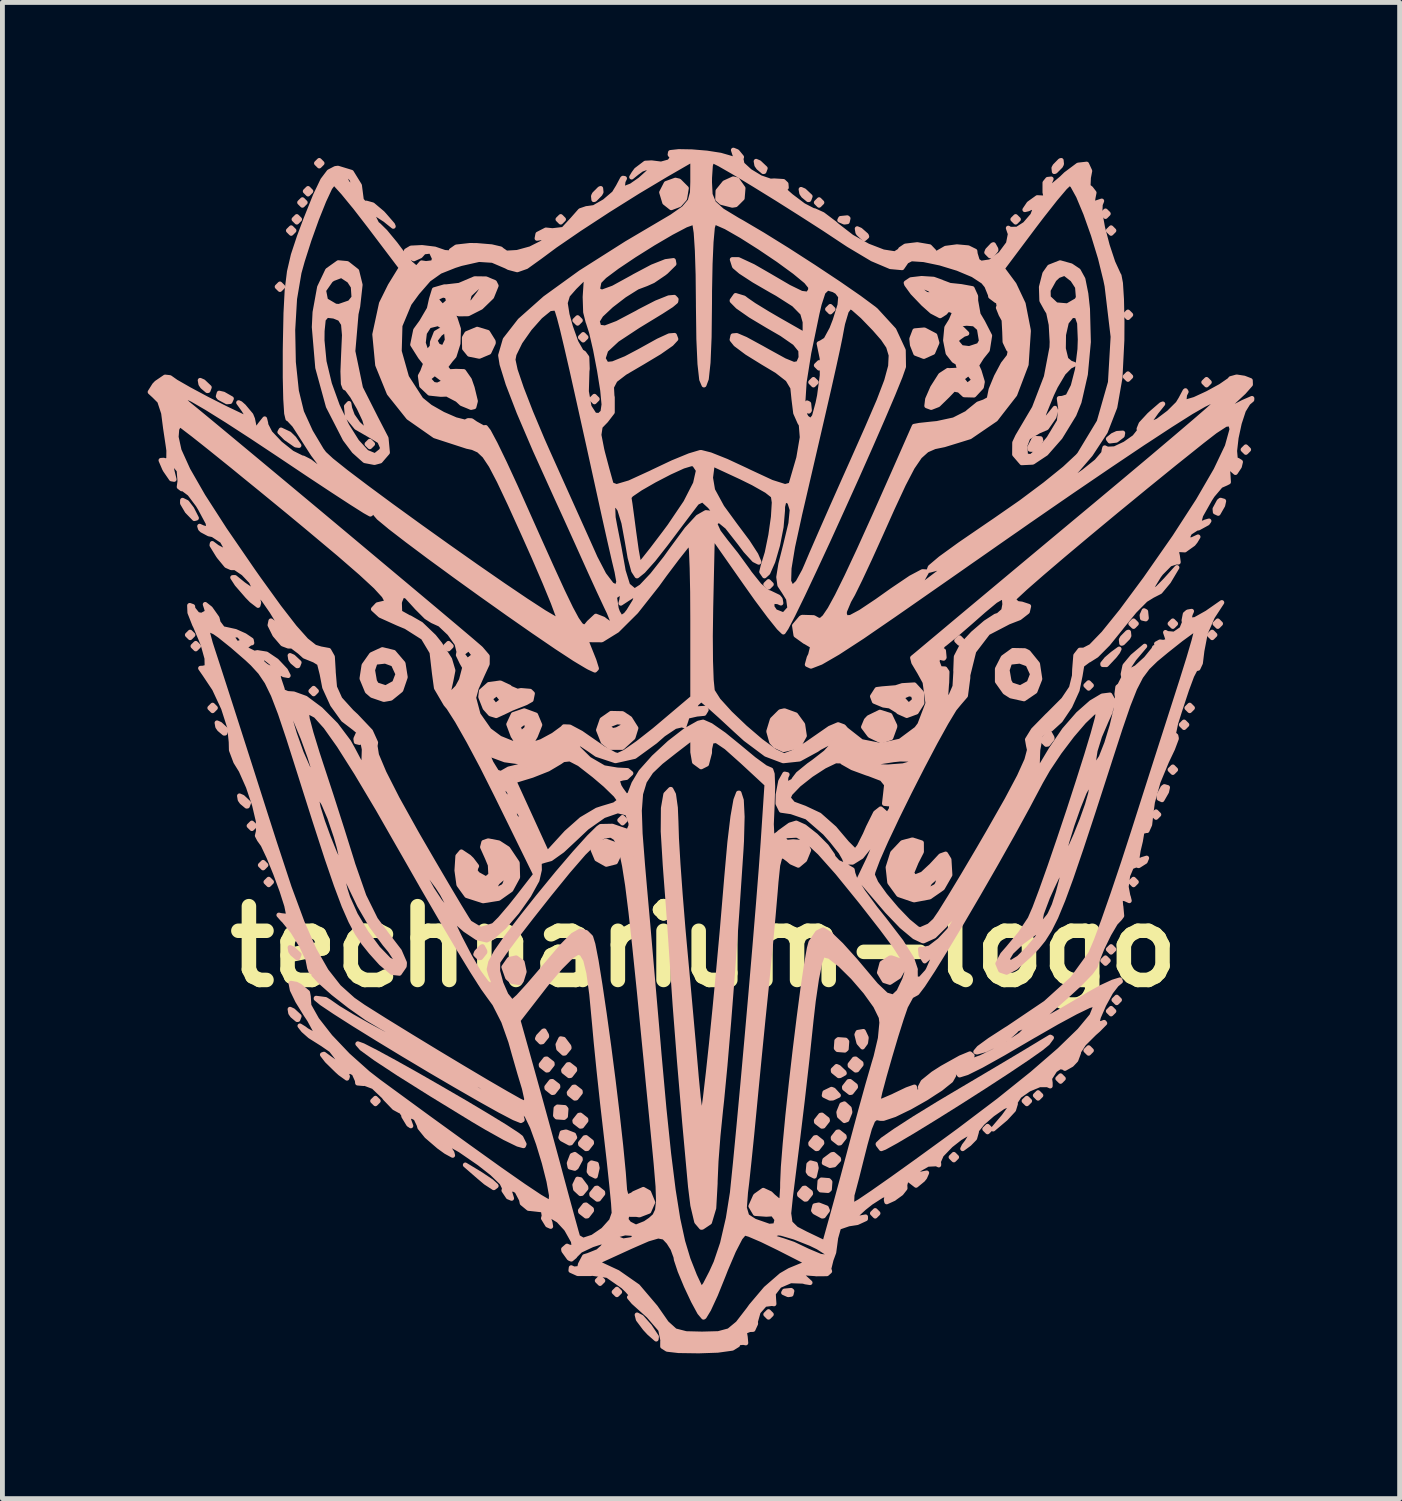
<source format=kicad_pcb>
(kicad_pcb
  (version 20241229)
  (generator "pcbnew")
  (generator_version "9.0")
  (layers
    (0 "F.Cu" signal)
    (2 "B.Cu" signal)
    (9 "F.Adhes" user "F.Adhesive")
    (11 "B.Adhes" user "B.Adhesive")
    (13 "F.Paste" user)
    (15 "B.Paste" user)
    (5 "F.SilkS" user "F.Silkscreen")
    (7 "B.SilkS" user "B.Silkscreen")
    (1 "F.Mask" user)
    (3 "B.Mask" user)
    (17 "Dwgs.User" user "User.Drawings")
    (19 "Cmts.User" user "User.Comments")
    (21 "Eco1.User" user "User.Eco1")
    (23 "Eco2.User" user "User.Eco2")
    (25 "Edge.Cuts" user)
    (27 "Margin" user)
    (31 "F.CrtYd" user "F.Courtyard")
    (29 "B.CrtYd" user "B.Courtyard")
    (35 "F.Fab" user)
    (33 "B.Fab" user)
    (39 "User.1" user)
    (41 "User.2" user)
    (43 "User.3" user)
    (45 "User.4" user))
  (footprint "technarium-logo"
    (layer "F.Cu")
    (at 11.489 16.5)
    (property "Reference" "technarium-logo" (at 0 0 0) (layer "F.SilkS") (effects (font (size 1.524 1.524) (thickness 0.3))))
    (attr through_hole)
    (fp_poly (pts (xy -10.554 -6.437) (xy -10.612 -6.379) (xy -10.67 -6.437) (xy -10.612 -6.495) (xy -10.554 -6.437)) (stroke (width 0.1) (type solid)) (fill yes) (layer "B.SilkS"))
    (fp_poly (pts (xy -10.438 -6.205) (xy -10.496 -6.147) (xy -10.554 -6.205) (xy -10.496 -6.263) (xy -10.438 -6.205)) (stroke (width 0.1) (type solid)) (fill yes) (layer "B.SilkS"))
    (fp_poly (pts (xy -10.09 -4.929) (xy -10.148 -4.871) (xy -10.206 -4.929) (xy -10.148 -4.987) (xy -10.09 -4.929)) (stroke (width 0.1) (type solid)) (fill yes) (layer "B.SilkS"))
    (fp_poly (pts (xy -9.279 -2.494) (xy -9.337 -2.436) (xy -9.395 -2.494) (xy -9.337 -2.552) (xy -9.279 -2.494)) (stroke (width 0.1) (type solid)) (fill yes) (layer "B.SilkS"))
    (fp_poly (pts (xy -9.047 -1.682) (xy -9.105 -1.624) (xy -9.163 -1.682) (xy -9.105 -1.74) (xy -9.047 -1.682)) (stroke (width 0.1) (type solid)) (fill yes) (layer "B.SilkS"))
    (fp_poly (pts (xy -8.931 -1.334) (xy -8.989 -1.276) (xy -9.047 -1.334) (xy -8.989 -1.392) (xy -8.931 -1.334)) (stroke (width 0.1) (type solid)) (fill yes) (layer "B.SilkS"))
    (fp_poly (pts (xy -8.699 -13.628) (xy -8.757 -13.57) (xy -8.815 -13.628) (xy -8.757 -13.686) (xy -8.699 -13.628)) (stroke (width 0.1) (type solid)) (fill yes) (layer "B.SilkS"))
    (fp_poly (pts (xy -8.467 -14.788) (xy -8.525 -14.73) (xy -8.583 -14.788) (xy -8.525 -14.846) (xy -8.467 -14.788)) (stroke (width 0.1) (type solid)) (fill yes) (layer "B.SilkS"))
    (fp_poly (pts (xy -8.351 -15.02) (xy -8.409 -14.962) (xy -8.467 -15.02) (xy -8.409 -15.078) (xy -8.351 -15.02)) (stroke (width 0.1) (type solid)) (fill yes) (layer "B.SilkS"))
    (fp_poly (pts (xy -8.235 -15.368) (xy -8.293 -15.31) (xy -8.351 -15.368) (xy -8.293 -15.426) (xy -8.235 -15.368)) (stroke (width 0.1) (type solid)) (fill yes) (layer "B.SilkS"))
    (fp_poly (pts (xy -8.119 -15.6) (xy -8.177 -15.542) (xy -8.235 -15.6) (xy -8.177 -15.658) (xy -8.119 -15.6)) (stroke (width 0.1) (type solid)) (fill yes) (layer "B.SilkS"))
    (fp_poly (pts (xy -8.003 -5.277) (xy -8.061 -5.219) (xy -8.119 -5.277) (xy -8.061 -5.335) (xy -8.003 -5.277)) (stroke (width 0.1) (type solid)) (fill yes) (layer "B.SilkS"))
    (fp_poly (pts (xy -7.887 -16.179) (xy -7.945 -16.121) (xy -8.003 -16.179) (xy -7.945 -16.237) (xy -7.887 -16.179)) (stroke (width 0.1) (type solid)) (fill yes) (layer "B.SilkS"))
    (fp_poly (pts (xy -6.843 -10.38) (xy -6.901 -10.322) (xy -6.959 -10.38) (xy -6.901 -10.438) (xy -6.843 -10.38)) (stroke (width 0.1) (type solid)) (fill yes) (layer "B.SilkS"))
    (fp_poly (pts (xy -6.727 3.189) (xy -6.785 3.247) (xy -6.843 3.189) (xy -6.785 3.132) (xy -6.727 3.189)) (stroke (width 0.1) (type solid)) (fill yes) (layer "B.SilkS"))
    (fp_poly (pts (xy -5.219 -6.205) (xy -5.277 -6.147) (xy -5.335 -6.205) (xy -5.277 -6.263) (xy -5.219 -6.205)) (stroke (width 0.1) (type solid)) (fill yes) (layer "B.SilkS"))
    (fp_poly (pts (xy -2.9 -15.02) (xy -2.958 -14.962) (xy -3.016 -15.02) (xy -2.958 -15.078) (xy -2.9 -15.02)) (stroke (width 0.1) (type solid)) (fill yes) (layer "B.SilkS"))
    (fp_poly (pts (xy -2.552 -12.932) (xy -2.61 -12.874) (xy -2.668 -12.932) (xy -2.61 -12.99) (xy -2.552 -12.932)) (stroke (width 0.1) (type solid)) (fill yes) (layer "B.SilkS"))
    (fp_poly (pts (xy -2.436 -12.584) (xy -2.494 -12.526) (xy -2.552 -12.584) (xy -2.494 -12.642) (xy -2.436 -12.584)) (stroke (width 0.1) (type solid)) (fill yes) (layer "B.SilkS"))
    (fp_poly (pts (xy -2.204 -11.308) (xy -2.262 -11.25) (xy -2.32 -11.308) (xy -2.262 -11.366) (xy -2.204 -11.308)) (stroke (width 0.1) (type solid)) (fill yes) (layer "B.SilkS"))
    (fp_poly (pts (xy -2.088 6.901) (xy -2.146 6.959) (xy -2.204 6.901) (xy -2.146 6.843) (xy -2.088 6.901)) (stroke (width 0.1) (type solid)) (fill yes) (layer "B.SilkS"))
    (fp_poly (pts (xy -1.74 7.133) (xy -1.798 7.191) (xy -1.856 7.133) (xy -1.798 7.075) (xy -1.74 7.133)) (stroke (width 0.1) (type solid)) (fill yes) (layer "B.SilkS"))
    (fp_poly (pts (xy -1.624 -2.61) (xy -1.682 -2.552) (xy -1.74 -2.61) (xy -1.682 -2.668) (xy -1.624 -2.61)) (stroke (width 0.1) (type solid)) (fill yes) (layer "B.SilkS"))
    (fp_poly (pts (xy 1.392 -7.481) (xy 1.334 -7.423) (xy 1.276 -7.481) (xy 1.334 -7.539) (xy 1.392 -7.481)) (stroke (width 0.1) (type solid)) (fill yes) (layer "B.SilkS"))
    (fp_poly (pts (xy 1.392 7.597) (xy 1.334 7.655) (xy 1.276 7.597) (xy 1.334 7.539) (xy 1.392 7.597)) (stroke (width 0.1) (type solid)) (fill yes) (layer "B.SilkS"))
    (fp_poly (pts (xy 2.32 -11.656) (xy 2.262 -11.598) (xy 2.204 -11.656) (xy 2.262 -11.714) (xy 2.32 -11.656)) (stroke (width 0.1) (type solid)) (fill yes) (layer "B.SilkS"))
    (fp_poly (pts (xy 2.436 -15.368) (xy 2.378 -15.31) (xy 2.32 -15.368) (xy 2.378 -15.426) (xy 2.436 -15.368)) (stroke (width 0.1) (type solid)) (fill yes) (layer "B.SilkS"))
    (fp_poly (pts (xy 2.436 -12.004) (xy 2.378 -11.946) (xy 2.32 -12.004) (xy 2.378 -12.062) (xy 2.436 -12.004)) (stroke (width 0.1) (type solid)) (fill yes) (layer "B.SilkS"))
    (fp_poly (pts (xy 2.668 -13.164) (xy 2.61 -13.106) (xy 2.552 -13.164) (xy 2.61 -13.222) (xy 2.668 -13.164)) (stroke (width 0.1) (type solid)) (fill yes) (layer "B.SilkS"))
    (fp_poly (pts (xy 3.595 5.509) (xy 3.537 5.567) (xy 3.479 5.509) (xy 3.537 5.451) (xy 3.595 5.509)) (stroke (width 0.1) (type solid)) (fill yes) (layer "B.SilkS"))
    (fp_poly (pts (xy 5.219 4.349) (xy 5.161 4.407) (xy 5.103 4.349) (xy 5.161 4.291) (xy 5.219 4.349)) (stroke (width 0.1) (type solid)) (fill yes) (layer "B.SilkS"))
    (fp_poly (pts (xy 5.335 -6.321) (xy 5.277 -6.263) (xy 5.219 -6.321) (xy 5.277 -6.379) (xy 5.335 -6.321)) (stroke (width 0.1) (type solid)) (fill yes) (layer "B.SilkS"))
    (fp_poly (pts (xy 5.915 3.769) (xy 5.857 3.827) (xy 5.799 3.769) (xy 5.857 3.711) (xy 5.915 3.769)) (stroke (width 0.1) (type solid)) (fill yes) (layer "B.SilkS"))
    (fp_poly (pts (xy 6.495 -15.02) (xy 6.437 -14.962) (xy 6.379 -15.02) (xy 6.437 -15.078) (xy 6.495 -15.02)) (stroke (width 0.1) (type solid)) (fill yes) (layer "B.SilkS"))
    (fp_poly (pts (xy 6.727 3.189) (xy 6.669 3.247) (xy 6.611 3.189) (xy 6.669 3.132) (xy 6.727 3.189)) (stroke (width 0.1) (type solid)) (fill yes) (layer "B.SilkS"))
    (fp_poly (pts (xy 6.959 3.074) (xy 6.901 3.132) (xy 6.843 3.074) (xy 6.901 3.016) (xy 6.959 3.074)) (stroke (width 0.1) (type solid)) (fill yes) (layer "B.SilkS"))
    (fp_poly (pts (xy 7.423 2.726) (xy 7.365 2.784) (xy 7.307 2.726) (xy 7.365 2.668) (xy 7.423 2.726)) (stroke (width 0.1) (type solid)) (fill yes) (layer "B.SilkS"))
    (fp_poly (pts (xy 8.003 -5.393) (xy 7.945 -5.335) (xy 7.887 -5.393) (xy 7.945 -5.451) (xy 8.003 -5.393)) (stroke (width 0.1) (type solid)) (fill yes) (layer "B.SilkS"))
    (fp_poly (pts (xy 8.003 2.146) (xy 7.945 2.204) (xy 7.887 2.146) (xy 7.945 2.088) (xy 8.003 2.146)) (stroke (width 0.1) (type solid)) (fill yes) (layer "B.SilkS"))
    (fp_poly (pts (xy 8.351 -15.136) (xy 8.293 -15.078) (xy 8.235 -15.136) (xy 8.293 -15.194) (xy 8.351 -15.136)) (stroke (width 0.1) (type solid)) (fill yes) (layer "B.SilkS"))
    (fp_poly (pts (xy 8.351 0.29) (xy 8.293 0.348) (xy 8.235 0.29) (xy 8.293 0.232) (xy 8.351 0.29)) (stroke (width 0.1) (type solid)) (fill yes) (layer "B.SilkS"))
    (fp_poly (pts (xy 8.467 -14.788) (xy 8.409 -14.73) (xy 8.351 -14.788) (xy 8.409 -14.846) (xy 8.467 -14.788)) (stroke (width 0.1) (type solid)) (fill yes) (layer "B.SilkS"))
    (fp_poly (pts (xy 8.467 0.058) (xy 8.409 0.116) (xy 8.351 0.058) (xy 8.409 0) (xy 8.467 0.058)) (stroke (width 0.1) (type solid)) (fill yes) (layer "B.SilkS"))
    (fp_poly (pts (xy 8.467 1.334) (xy 8.409 1.392) (xy 8.351 1.334) (xy 8.409 1.276) (xy 8.467 1.334)) (stroke (width 0.1) (type solid)) (fill yes) (layer "B.SilkS"))
    (fp_poly (pts (xy 8.583 1.102) (xy 8.525 1.16) (xy 8.467 1.102) (xy 8.525 1.044) (xy 8.583 1.102)) (stroke (width 0.1) (type solid)) (fill yes) (layer "B.SilkS"))
    (fp_poly (pts (xy 8.815 -13.048) (xy 8.757 -12.99) (xy 8.699 -13.048) (xy 8.757 -13.106) (xy 8.815 -13.048)) (stroke (width 0.1) (type solid)) (fill yes) (layer "B.SilkS"))
    (fp_poly (pts (xy 8.815 -11.772) (xy 8.757 -11.714) (xy 8.699 -11.772) (xy 8.757 -11.83) (xy 8.815 -11.772)) (stroke (width 0.1) (type solid)) (fill yes) (layer "B.SilkS"))
    (fp_poly (pts (xy 8.931 -6.669) (xy 8.873 -6.611) (xy 8.815 -6.669) (xy 8.873 -6.727) (xy 8.931 -6.669)) (stroke (width 0.1) (type solid)) (fill yes) (layer "B.SilkS"))
    (fp_poly (pts (xy 8.931 -1.334) (xy 8.873 -1.276) (xy 8.815 -1.334) (xy 8.873 -1.392) (xy 8.931 -1.334)) (stroke (width 0.1) (type solid)) (fill yes) (layer "B.SilkS"))
    (fp_poly (pts (xy 9.395 -2.726) (xy 9.337 -2.668) (xy 9.279 -2.726) (xy 9.337 -2.784) (xy 9.395 -2.726)) (stroke (width 0.1) (type solid)) (fill yes) (layer "B.SilkS"))
    (fp_poly (pts (xy 9.742 -6.669) (xy 9.684 -6.611) (xy 9.626 -6.669) (xy 9.684 -6.727) (xy 9.742 -6.669)) (stroke (width 0.1) (type solid)) (fill yes) (layer "B.SilkS"))
    (fp_poly (pts (xy 9.742 -3.653) (xy 9.684 -3.595) (xy 9.626 -3.653) (xy 9.684 -3.711) (xy 9.742 -3.653)) (stroke (width 0.1) (type solid)) (fill yes) (layer "B.SilkS"))
    (fp_poly (pts (xy 9.974 -4.581) (xy 9.916 -4.523) (xy 9.858 -4.581) (xy 9.916 -4.639) (xy 9.974 -4.581)) (stroke (width 0.1) (type solid)) (fill yes) (layer "B.SilkS"))
    (fp_poly (pts (xy 10.09 -4.929) (xy 10.032 -4.871) (xy 9.974 -4.929) (xy 10.032 -4.987) (xy 10.09 -4.929)) (stroke (width 0.1) (type solid)) (fill yes) (layer "B.SilkS"))
    (fp_poly (pts (xy 10.438 -11.656) (xy 10.38 -11.598) (xy 10.322 -11.656) (xy 10.38 -11.714) (xy 10.438 -11.656)) (stroke (width 0.1) (type solid)) (fill yes) (layer "B.SilkS"))
    (fp_poly (pts (xy 10.554 -6.437) (xy 10.496 -6.379) (xy 10.438 -6.437) (xy 10.496 -6.495) (xy 10.554 -6.437)) (stroke (width 0.1) (type solid)) (fill yes) (layer "B.SilkS"))
    (fp_poly (pts (xy 10.67 -6.669) (xy 10.612 -6.611) (xy 10.554 -6.669) (xy 10.612 -6.727) (xy 10.67 -6.669)) (stroke (width 0.1) (type solid)) (fill yes) (layer "B.SilkS"))
    (fp_poly (pts (xy 11.25 -10.264) (xy 11.192 -10.206) (xy 11.134 -10.264) (xy 11.192 -10.322) (xy 11.25 -10.264)) (stroke (width 0.1) (type solid)) (fill yes) (layer "B.SilkS"))
    (fp_poly (pts (xy -7.1 -4.231) (xy -7.114 -4.214) (xy -7.182 -4.23) (xy -7.191 -4.291) (xy -7.148 -4.387) (xy -7.114 -4.369) (xy -7.1 -4.231)) (stroke (width 0.1) (type solid)) (fill yes) (layer "B.SilkS"))
    (fp_poly (pts (xy 1.817 7.114) (xy 1.801 7.182) (xy 1.74 7.191) (xy 1.644 7.148) (xy 1.662 7.114) (xy 1.8 7.1) (xy 1.817 7.114)) (stroke (width 0.1) (type solid)) (fill yes) (layer "B.SilkS"))
    (fp_poly (pts (xy 2.179 -11.074) (xy 2.165 -11.057) (xy 2.096 -11.073) (xy 2.088 -11.134) (xy 2.13 -11.23) (xy 2.165 -11.212) (xy 2.179 -11.074)) (stroke (width 0.1) (type solid)) (fill yes) (layer "B.SilkS"))
    (fp_poly (pts (xy 2.977 -15.039) (xy 2.961 -14.97) (xy 2.9 -14.962) (xy 2.804 -15.004) (xy 2.822 -15.039) (xy 2.96 -15.053) (xy 2.977 -15.039)) (stroke (width 0.1) (type solid)) (fill yes) (layer "B.SilkS"))
    (fp_poly (pts (xy 4.962 -5.971) (xy 4.949 -5.954) (xy 4.88 -5.97) (xy 4.871 -6.031) (xy 4.914 -6.127) (xy 4.949 -6.108) (xy 4.962 -5.971)) (stroke (width 0.1) (type solid)) (fill yes) (layer "B.SilkS"))
    (fp_poly (pts (xy 9.138 -6.783) (xy 9.124 -6.766) (xy 9.055 -6.782) (xy 9.047 -6.843) (xy 9.089 -6.938) (xy 9.124 -6.92) (xy 9.138 -6.783)) (stroke (width 0.1) (type solid)) (fill yes) (layer "B.SilkS"))
    (fp_poly (pts (xy -10.481 -8.85) (xy -10.525 -8.838) (xy -10.673 -8.991) (xy -10.771 -9.157) (xy -10.769 -9.218) (xy -10.679 -9.174) (xy -10.578 -9.041) (xy -10.481 -8.85)) (stroke (width 0.1) (type solid)) (fill yes) (layer "B.SilkS"))
    (fp_poly (pts (xy -10.216 -11.55) (xy -10.241 -11.483) (xy -10.258 -11.482) (xy -10.356 -11.565) (xy -10.391 -11.616) (xy -10.405 -11.695) (xy -10.34 -11.667) (xy -10.216 -11.55)) (stroke (width 0.1) (type solid)) (fill yes) (layer "B.SilkS"))
    (fp_poly (pts (xy -9.868 -4.476) (xy -9.893 -4.408) (xy -9.91 -4.407) (xy -10.008 -4.49) (xy -10.043 -4.541) (xy -10.057 -4.621) (xy -9.992 -4.592) (xy -9.868 -4.476)) (stroke (width 0.1) (type solid)) (fill yes) (layer "B.SilkS"))
    (fp_poly (pts (xy -9.759 -11.317) (xy -9.787 -11.256) (xy -9.852 -11.25) (xy -10.009 -11.334) (xy -10.032 -11.365) (xy -10.013 -11.431) (xy -9.922 -11.41) (xy -9.759 -11.317)) (stroke (width 0.1) (type solid)) (fill yes) (layer "B.SilkS"))
    (fp_poly (pts (xy -9.404 -2.968) (xy -9.429 -2.901) (xy -9.446 -2.9) (xy -9.544 -2.982) (xy -9.58 -3.033) (xy -9.593 -3.113) (xy -9.528 -3.085) (xy -9.404 -2.968)) (stroke (width 0.1) (type solid)) (fill yes) (layer "B.SilkS"))
    (fp_poly (pts (xy -8.364 -10.349) (xy -8.432 -10.359) (xy -8.634 -10.5) (xy -8.76 -10.626) (xy -8.735 -10.67) (xy -8.564 -10.59) (xy -8.467 -10.496) (xy -8.364 -10.349)) (stroke (width 0.1) (type solid)) (fill yes) (layer "B.SilkS"))
    (fp_poly (pts (xy -8.36 -5.867) (xy -8.386 -5.8) (xy -8.402 -5.799) (xy -8.5 -5.881) (xy -8.536 -5.933) (xy -8.549 -6.012) (xy -8.485 -5.984) (xy -8.36 -5.867)) (stroke (width 0.1) (type solid)) (fill yes) (layer "B.SilkS"))
    (fp_poly (pts (xy -8.36 0.164) (xy -8.386 0.231) (xy -8.402 0.232) (xy -8.5 0.15) (xy -8.536 0.098) (xy -8.549 0.019) (xy -8.485 0.047) (xy -8.36 0.164)) (stroke (width 0.1) (type solid)) (fill yes) (layer "B.SilkS"))
    (fp_poly (pts (xy -8.36 1.439) (xy -8.386 1.507) (xy -8.402 1.508) (xy -8.5 1.425) (xy -8.536 1.374) (xy -8.549 1.294) (xy -8.485 1.323) (xy -8.36 1.439)) (stroke (width 0.1) (type solid)) (fill yes) (layer "B.SilkS"))
    (fp_poly (pts (xy -2.204 4.574) (xy -2.242 4.742) (xy -2.342 4.692) (xy -2.373 4.647) (xy -2.358 4.498) (xy -2.322 4.466) (xy -2.221 4.492) (xy -2.204 4.574)) (stroke (width 0.1) (type solid)) (fill yes) (layer "B.SilkS"))
    (fp_poly (pts (xy 1.266 -16.074) (xy 1.241 -16.007) (xy 1.225 -16.005) (xy 1.127 -16.088) (xy 1.091 -16.139) (xy 1.077 -16.219) (xy 1.142 -16.191) (xy 1.266 -16.074)) (stroke (width 0.1) (type solid)) (fill yes) (layer "B.SilkS"))
    (fp_poly (pts (xy 2.194 -15.494) (xy 2.169 -15.427) (xy 2.153 -15.426) (xy 2.054 -15.508) (xy 2.019 -15.559) (xy 2.005 -15.639) (xy 2.07 -15.611) (xy 2.194 -15.494)) (stroke (width 0.1) (type solid)) (fill yes) (layer "B.SilkS"))
    (fp_poly (pts (xy 2.32 4.574) (xy 2.281 4.742) (xy 2.181 4.692) (xy 2.151 4.647) (xy 2.165 4.498) (xy 2.202 4.466) (xy 2.303 4.492) (xy 2.32 4.574)) (stroke (width 0.1) (type solid)) (fill yes) (layer "B.SilkS"))
    (fp_poly (pts (xy 2.778 3.074) (xy 2.661 3.129) (xy 2.603 3.132) (xy 2.483 3.074) (xy 2.495 3.014) (xy 2.634 2.947) (xy 2.676 2.962) (xy 2.778 3.074)) (stroke (width 0.1) (type solid)) (fill yes) (layer "B.SilkS"))
    (fp_poly (pts (xy 3.353 1.88) (xy 3.339 1.988) (xy 3.275 2.075) (xy 3.199 1.987) (xy 3.157 1.817) (xy 3.178 1.771) (xy 3.293 1.752) (xy 3.353 1.88)) (stroke (width 0.1) (type solid)) (fill yes) (layer "B.SilkS"))
    (fp_poly (pts (xy 3.363 -14.665) (xy 3.308 -14.617) (xy 3.194 -14.724) (xy 3.178 -14.748) (xy 3.165 -14.827) (xy 3.23 -14.799) (xy 3.353 -14.691) (xy 3.363 -14.665)) (stroke (width 0.1) (type solid)) (fill yes) (layer "B.SilkS"))
    (fp_poly (pts (xy 8.65 -10.607) (xy 8.64 -10.553) (xy 8.516 -10.457) (xy 8.383 -10.441) (xy 8.351 -10.484) (xy 8.442 -10.558) (xy 8.531 -10.599) (xy 8.65 -10.607)) (stroke (width 0.1) (type solid)) (fill yes) (layer "B.SilkS"))
    (fp_poly (pts (xy 9.575 -3.286) (xy 9.555 -3.196) (xy 9.461 -3.032) (xy 9.401 -3.06) (xy 9.395 -3.125) (xy 9.479 -3.282) (xy 9.509 -3.305) (xy 9.575 -3.286)) (stroke (width 0.1) (type solid)) (fill yes) (layer "B.SilkS"))
    (fp_poly (pts (xy 10.735 -9.201) (xy 10.715 -9.111) (xy 10.621 -8.947) (xy 10.56 -8.975) (xy 10.554 -9.04) (xy 10.639 -9.197) (xy 10.669 -9.22) (xy 10.735 -9.201)) (stroke (width 0.1) (type solid)) (fill yes) (layer "B.SilkS"))
    (fp_poly (pts (xy -4.523 0.116) (xy -4.612 0.228) (xy -4.646 0.232) (xy -4.715 0.161) (xy -4.697 0.116) (xy -4.593 0.005) (xy -4.574 0) (xy -4.525 0.09) (xy -4.523 0.116)) (stroke (width 0.1) (type solid)) (fill yes) (layer "B.SilkS"))
    (fp_poly (pts (xy -4.291 4.943) (xy -4.341 4.981) (xy -4.508 4.872) (xy -4.655 4.748) (xy -4.929 4.51) (xy -4.61 4.704) (xy -4.391 4.85) (xy -4.292 4.94) (xy -4.291 4.943)) (stroke (width 0.1) (type solid)) (fill yes) (layer "B.SilkS"))
    (fp_poly (pts (xy -3.247 1.856) (xy -3.337 1.967) (xy -3.37 1.972) (xy -3.44 1.901) (xy -3.421 1.856) (xy -3.317 1.745) (xy -3.299 1.74) (xy -3.249 1.829) (xy -3.247 1.856)) (stroke (width 0.1) (type solid)) (fill yes) (layer "B.SilkS"))
    (fp_poly (pts (xy -3.132 2.436) (xy -3.22 2.548) (xy -3.247 2.552) (xy -3.36 2.463) (xy -3.363 2.436) (xy -3.275 2.323) (xy -3.247 2.32) (xy -3.135 2.408) (xy -3.132 2.436)) (stroke (width 0.1) (type solid)) (fill yes) (layer "B.SilkS"))
    (fp_poly (pts (xy -3.016 2.9) (xy -3.104 3.012) (xy -3.132 3.016) (xy -3.244 2.927) (xy -3.247 2.9) (xy -3.159 2.787) (xy -3.132 2.784) (xy -3.019 2.872) (xy -3.016 2.9)) (stroke (width 0.1) (type solid)) (fill yes) (layer "B.SilkS"))
    (fp_poly (pts (xy -2.848 3.354) (xy -2.859 3.505) (xy -2.89 3.531) (xy -3.041 3.52) (xy -3.067 3.489) (xy -3.056 3.338) (xy -3.025 3.312) (xy -2.874 3.323) (xy -2.848 3.354)) (stroke (width 0.1) (type solid)) (fill yes) (layer "B.SilkS"))
    (fp_poly (pts (xy -2.784 2.095) (xy -2.872 2.201) (xy -2.9 2.204) (xy -3.001 2.109) (xy -3.016 2.023) (xy -2.959 1.903) (xy -2.9 1.914) (xy -2.788 2.062) (xy -2.784 2.095)) (stroke (width 0.1) (type solid)) (fill yes) (layer "B.SilkS"))
    (fp_poly (pts (xy -2.668 2.552) (xy -2.756 2.664) (xy -2.784 2.668) (xy -2.896 2.579) (xy -2.9 2.552) (xy -2.811 2.439) (xy -2.784 2.436) (xy -2.671 2.524) (xy -2.668 2.552)) (stroke (width 0.1) (type solid)) (fill yes) (layer "B.SilkS"))
    (fp_poly (pts (xy -2.668 3.943) (xy -2.751 4.056) (xy -2.777 4.059) (xy -2.934 3.975) (xy -2.958 3.943) (xy -2.931 3.844) (xy -2.848 3.827) (xy -2.69 3.888) (xy -2.668 3.943)) (stroke (width 0.1) (type solid)) (fill yes) (layer "B.SilkS"))
    (fp_poly (pts (xy -2.552 3.016) (xy -2.64 3.128) (xy -2.668 3.132) (xy -2.78 3.043) (xy -2.784 3.016) (xy -2.695 2.903) (xy -2.668 2.9) (xy -2.555 2.988) (xy -2.552 3.016)) (stroke (width 0.1) (type solid)) (fill yes) (layer "B.SilkS"))
    (fp_poly (pts (xy -2.552 4.4) (xy -2.636 4.558) (xy -2.668 4.581) (xy -2.767 4.555) (xy -2.784 4.472) (xy -2.723 4.313) (xy -2.668 4.291) (xy -2.555 4.375) (xy -2.552 4.4)) (stroke (width 0.1) (type solid)) (fill yes) (layer "B.SilkS"))
    (fp_poly (pts (xy -2.436 3.595) (xy -2.524 3.708) (xy -2.552 3.711) (xy -2.664 3.623) (xy -2.668 3.595) (xy -2.579 3.483) (xy -2.552 3.479) (xy -2.439 3.568) (xy -2.436 3.595)) (stroke (width 0.1) (type solid)) (fill yes) (layer "B.SilkS"))
    (fp_poly (pts (xy -2.436 4.994) (xy -2.524 5.1) (xy -2.552 5.103) (xy -2.653 5.009) (xy -2.668 4.922) (xy -2.611 4.802) (xy -2.552 4.813) (xy -2.44 4.962) (xy -2.436 4.994)) (stroke (width 0.1) (type solid)) (fill yes) (layer "B.SilkS"))
    (fp_poly (pts (xy -2.32 4.059) (xy -2.408 4.172) (xy -2.436 4.175) (xy -2.548 4.087) (xy -2.552 4.059) (xy -2.463 3.947) (xy -2.436 3.943) (xy -2.323 4.032) (xy -2.32 4.059)) (stroke (width 0.1) (type solid)) (fill yes) (layer "B.SilkS"))
    (fp_poly (pts (xy -2.32 5.451) (xy -2.408 5.564) (xy -2.436 5.567) (xy -2.548 5.479) (xy -2.552 5.451) (xy -2.463 5.339) (xy -2.436 5.335) (xy -2.323 5.423) (xy -2.32 5.451)) (stroke (width 0.1) (type solid)) (fill yes) (layer "B.SilkS"))
    (fp_poly (pts (xy -2.124 -15.583) (xy -2.146 -15.542) (xy -2.255 -15.431) (xy -2.275 -15.426) (xy -2.283 -15.5) (xy -2.262 -15.542) (xy -2.152 -15.652) (xy -2.132 -15.658) (xy -2.124 -15.583)) (stroke (width 0.1) (type solid)) (fill yes) (layer "B.SilkS"))
    (fp_poly (pts (xy -2.088 5.103) (xy -2.176 5.216) (xy -2.204 5.219) (xy -2.316 5.131) (xy -2.32 5.103) (xy -2.231 4.991) (xy -2.204 4.987) (xy -2.091 5.075) (xy -2.088 5.103)) (stroke (width 0.1) (type solid)) (fill yes) (layer "B.SilkS"))
    (fp_poly (pts (xy 2.204 5.103) (xy 2.115 5.216) (xy 2.088 5.219) (xy 1.975 5.131) (xy 1.972 5.103) (xy 2.06 4.991) (xy 2.088 4.987) (xy 2.2 5.075) (xy 2.204 5.103)) (stroke (width 0.1) (type solid)) (fill yes) (layer "B.SilkS"))
    (fp_poly (pts (xy 2.436 4.059) (xy 2.347 4.172) (xy 2.32 4.175) (xy 2.207 4.087) (xy 2.204 4.059) (xy 2.292 3.947) (xy 2.32 3.943) (xy 2.432 4.032) (xy 2.436 4.059)) (stroke (width 0.1) (type solid)) (fill yes) (layer "B.SilkS"))
    (fp_poly (pts (xy 2.552 3.595) (xy 2.463 3.708) (xy 2.436 3.711) (xy 2.323 3.623) (xy 2.32 3.595) (xy 2.408 3.483) (xy 2.436 3.479) (xy 2.548 3.568) (xy 2.552 3.595)) (stroke (width 0.1) (type solid)) (fill yes) (layer "B.SilkS"))
    (fp_poly (pts (xy 2.552 5.451) (xy 2.468 5.564) (xy 2.442 5.567) (xy 2.285 5.483) (xy 2.262 5.451) (xy 2.288 5.352) (xy 2.371 5.335) (xy 2.529 5.396) (xy 2.552 5.451)) (stroke (width 0.1) (type solid)) (fill yes) (layer "B.SilkS"))
    (fp_poly (pts (xy 2.603 4.861) (xy 2.592 5.013) (xy 2.562 5.039) (xy 2.41 5.028) (xy 2.384 4.997) (xy 2.395 4.845) (xy 2.426 4.819) (xy 2.577 4.831) (xy 2.603 4.861)) (stroke (width 0.1) (type solid)) (fill yes) (layer "B.SilkS"))
    (fp_poly (pts (xy 2.784 4.407) (xy 2.689 4.509) (xy 2.603 4.523) (xy 2.483 4.467) (xy 2.494 4.407) (xy 2.642 4.296) (xy 2.674 4.291) (xy 2.78 4.38) (xy 2.784 4.407)) (stroke (width 0.1) (type solid)) (fill yes) (layer "B.SilkS"))
    (fp_poly (pts (xy 2.9 2.616) (xy 2.81 2.666) (xy 2.784 2.668) (xy 2.672 2.578) (xy 2.668 2.545) (xy 2.739 2.475) (xy 2.784 2.494) (xy 2.894 2.598) (xy 2.9 2.616)) (stroke (width 0.1) (type solid)) (fill yes) (layer "B.SilkS"))
    (fp_poly (pts (xy 2.9 3.943) (xy 2.811 4.056) (xy 2.784 4.059) (xy 2.671 3.971) (xy 2.668 3.943) (xy 2.756 3.831) (xy 2.784 3.827) (xy 2.896 3.916) (xy 2.9 3.943)) (stroke (width 0.1) (type solid)) (fill yes) (layer "B.SilkS"))
    (fp_poly (pts (xy 2.951 1.962) (xy 2.94 2.113) (xy 2.909 2.14) (xy 2.758 2.128) (xy 2.732 2.098) (xy 2.743 1.946) (xy 2.774 1.92) (xy 2.925 1.931) (xy 2.951 1.962)) (stroke (width 0.1) (type solid)) (fill yes) (layer "B.SilkS"))
    (fp_poly (pts (xy 3.016 3.421) (xy 2.953 3.576) (xy 2.9 3.595) (xy 2.797 3.501) (xy 2.784 3.421) (xy 2.846 3.267) (xy 2.9 3.247) (xy 3.002 3.341) (xy 3.016 3.421)) (stroke (width 0.1) (type solid)) (fill yes) (layer "B.SilkS"))
    (fp_poly (pts (xy 3.132 2.9) (xy 3.043 3.012) (xy 3.016 3.016) (xy 2.903 2.927) (xy 2.9 2.9) (xy 2.988 2.787) (xy 3.016 2.784) (xy 3.128 2.872) (xy 3.132 2.9)) (stroke (width 0.1) (type solid)) (fill yes) (layer "B.SilkS"))
    (fp_poly (pts (xy 3.247 2.436) (xy 3.159 2.548) (xy 3.132 2.552) (xy 3.019 2.463) (xy 3.016 2.436) (xy 3.104 2.323) (xy 3.132 2.32) (xy 3.244 2.408) (xy 3.247 2.436)) (stroke (width 0.1) (type solid)) (fill yes) (layer "B.SilkS"))
    (fp_poly (pts (xy 6.031 -14.382) (xy 5.942 -14.27) (xy 5.908 -14.266) (xy 5.839 -14.337) (xy 5.857 -14.382) (xy 5.961 -14.492) (xy 5.98 -14.498) (xy 6.03 -14.408) (xy 6.031 -14.382)) (stroke (width 0.1) (type solid)) (fill yes) (layer "B.SilkS"))
    (fp_poly (pts (xy 6.959 -10.452) (xy 6.874 -10.288) (xy 6.843 -10.264) (xy 6.736 -10.27) (xy 6.727 -10.309) (xy 6.812 -10.473) (xy 6.843 -10.496) (xy 6.95 -10.491) (xy 6.959 -10.452)) (stroke (width 0.1) (type solid)) (fill yes) (layer "B.SilkS"))
    (fp_poly (pts (xy 7.191 -4.291) (xy 7.102 -4.18) (xy 7.068 -4.175) (xy 6.999 -4.246) (xy 7.017 -4.291) (xy 7.121 -4.402) (xy 7.14 -4.407) (xy 7.19 -4.318) (xy 7.191 -4.291)) (stroke (width 0.1) (type solid)) (fill yes) (layer "B.SilkS"))
    (fp_poly (pts (xy 7.386 -16.163) (xy 7.365 -16.121) (xy 7.256 -16.011) (xy 7.235 -16.005) (xy 7.227 -16.08) (xy 7.249 -16.121) (xy 7.358 -16.232) (xy 7.379 -16.237) (xy 7.386 -16.163)) (stroke (width 0.1) (type solid)) (fill yes) (layer "B.SilkS"))
    (fp_poly (pts (xy 8.575 -6.146) (xy 8.546 -6.086) (xy 8.481 -6.002) (xy 8.312 -5.822) (xy 8.237 -5.823) (xy 8.235 -5.843) (xy 8.314 -5.94) (xy 8.438 -6.046) (xy 8.575 -6.146)) (stroke (width 0.1) (type solid)) (fill yes) (layer "B.SilkS"))
    (fp_poly (pts (xy 8.778 -6.42) (xy 8.757 -6.379) (xy 8.647 -6.268) (xy 8.627 -6.263) (xy 8.619 -6.338) (xy 8.641 -6.379) (xy 8.75 -6.49) (xy 8.77 -6.495) (xy 8.778 -6.42)) (stroke (width 0.1) (type solid)) (fill yes) (layer "B.SilkS"))
    (fp_poly (pts (xy -1.74 -1.93) (xy -1.826 -1.747) (xy -2.017 -1.698) (xy -2.213 -1.809) (xy -2.213 -1.81) (xy -2.293 -2) (xy -2.23 -2.108) (xy -2.03 -2.181) (xy -1.829 -2.107) (xy -1.74 -1.93)) (stroke (width 0.1) (type solid)) (fill yes) (layer "B.SilkS"))
    (fp_poly (pts (xy -0.98 8.058) (xy -0.986 8.107) (xy -1.132 7.979) (xy -1.218 7.886) (xy -1.357 7.701) (xy -1.381 7.607) (xy -1.288 7.656) (xy -1.129 7.836) (xy -1.125 7.84) (xy -0.98 8.058)) (stroke (width 0.1) (type solid)) (fill yes) (layer "B.SilkS"))
    (fp_poly (pts (xy -3.712 0.52) (xy -3.77 0.706) (xy -3.814 0.746) (xy -3.943 0.726) (xy -3.943 0.522) (xy -4.001 0.464) (xy -4.059 0.522) (xy -4.001 0.58) (xy -3.943 0.522) (xy -3.943 0.726) (xy -3.963 0.723) (xy -4.056 0.642) (xy -4.134 0.423) (xy -4.024 0.264) (xy -3.879 0.232) (xy -3.753 0.323) (xy -3.712 0.52)) (stroke (width 0.1) (type solid)) (fill yes) (layer "B.SilkS"))
    (fp_poly (pts (xy -0.363 -15.662) (xy -0.398 -15.447) (xy -0.507 -15.322) (xy -0.676 -15.259) (xy -0.696 -15.275) (xy -0.696 -15.6) (xy -0.754 -15.658) (xy -0.812 -15.6) (xy -0.754 -15.542) (xy -0.696 -15.6) (xy -0.696 -15.275) (xy -0.811 -15.366) (xy -0.875 -15.577) (xy -0.781 -15.761) (xy -0.589 -15.83) (xy -0.513 -15.812) (xy -0.363 -15.662)) (stroke (width 0.1) (type solid)) (fill yes) (layer "B.SilkS"))
    (fp_poly (pts (xy 4.099 0.489) (xy 4.027 0.619) (xy 3.84 0.741) (xy 3.827 0.737) (xy 3.827 0.406) (xy 3.769 0.348) (xy 3.711 0.406) (xy 3.769 0.464) (xy 3.827 0.406) (xy 3.827 0.737) (xy 3.724 0.705) (xy 3.623 0.537) (xy 3.675 0.343) (xy 3.843 0.234) (xy 3.875 0.232) (xy 4.081 0.304) (xy 4.099 0.489)) (stroke (width 0.1) (type solid)) (fill yes) (layer "B.SilkS"))
    (fp_poly (pts (xy 0.808 -15.664) (xy 0.791 -15.456) (xy 0.696 -15.361) (xy 0.696 -15.6) (xy 0.638 -15.658) (xy 0.58 -15.6) (xy 0.638 -15.542) (xy 0.696 -15.6) (xy 0.696 -15.361) (xy 0.655 -15.321) (xy 0.587 -15.31) (xy 0.361 -15.368) (xy 0.283 -15.437) (xy 0.289 -15.607) (xy 0.425 -15.775) (xy 0.605 -15.857) (xy 0.685 -15.838) (xy 0.808 -15.664)) (stroke (width 0.1) (type solid)) (fill yes) (layer "B.SilkS"))
    (fp_poly (pts (xy 3.943 -4.539) (xy 3.861 -4.314) (xy 3.807 -4.295) (xy 3.807 -4.566) (xy 3.789 -4.601) (xy 3.651 -4.614) (xy 3.634 -4.601) (xy 3.65 -4.532) (xy 3.711 -4.523) (xy 3.807 -4.566) (xy 3.807 -4.295) (xy 3.664 -4.245) (xy 3.431 -4.357) (xy 3.417 -4.371) (xy 3.294 -4.535) (xy 3.352 -4.674) (xy 3.404 -4.73) (xy 3.634 -4.842) (xy 3.842 -4.777) (xy 3.943 -4.564) (xy 3.943 -4.539)) (stroke (width 0.1) (type solid)) (fill yes) (layer "B.SilkS"))
    (fp_poly (pts (xy 4.813 -12.47) (xy 4.728 -12.271) (xy 4.727 -12.271) (xy 4.727 -12.518) (xy 4.711 -12.526) (xy 4.605 -12.444) (xy 4.581 -12.41) (xy 4.552 -12.302) (xy 4.568 -12.294) (xy 4.673 -12.376) (xy 4.697 -12.41) (xy 4.727 -12.518) (xy 4.727 -12.271) (xy 4.541 -12.187) (xy 4.373 -12.251) (xy 4.304 -12.425) (xy 4.291 -12.553) (xy 4.354 -12.719) (xy 4.552 -12.737) (xy 4.771 -12.622) (xy 4.813 -12.47)) (stroke (width 0.1) (type solid)) (fill yes) (layer "B.SilkS"))
    (fp_poly (pts (xy -3.713 4.08) (xy -3.727 4.114) (xy -3.844 4.082) (xy -4.113 3.951) (xy -4.487 3.742) (xy -4.763 3.579) (xy -5.631 3.048) (xy -6.306 2.624) (xy -6.786 2.308) (xy -7.068 2.103) (xy -7.15 2.009) (xy -7.148 2.007) (xy -7.04 2.046) (xy -6.772 2.183) (xy -6.387 2.392) (xy -5.924 2.651) (xy -5.424 2.938) (xy -4.926 3.227) (xy -4.472 3.498) (xy -4.101 3.725) (xy -3.854 3.887) (xy -3.78 3.944) (xy -3.713 4.08)) (stroke (width 0.1) (type solid)) (fill yes) (layer "B.SilkS"))
    (fp_poly (pts (xy -6.168 -5.564) (xy -6.259 -5.298) (xy -6.321 -5.247) (xy -6.321 -5.627) (xy -6.416 -5.833) (xy -6.582 -5.894) (xy -6.789 -5.871) (xy -6.843 -5.711) (xy -6.804 -5.484) (xy -6.762 -5.408) (xy -6.572 -5.346) (xy -6.391 -5.445) (xy -6.321 -5.627) (xy -6.321 -5.247) (xy -6.468 -5.128) (xy -6.611 -5.103) (xy -6.856 -5.187) (xy -6.954 -5.271) (xy -7.064 -5.537) (xy -7.022 -5.81) (xy -6.867 -6.03) (xy -6.642 -6.134) (xy -6.408 -6.077) (xy -6.213 -5.849) (xy -6.168 -5.564)) (stroke (width 0.1) (type solid)) (fill yes) (layer "B.SilkS"))
    (fp_poly (pts (xy -4.349 -12.466) (xy -4.439 -12.275) (xy -4.523 -12.24) (xy -4.523 -12.584) (xy -4.581 -12.642) (xy -4.639 -12.584) (xy -4.581 -12.526) (xy -4.523 -12.584) (xy -4.523 -12.24) (xy -4.639 -12.191) (xy -4.639 -12.191) (xy -4.639 -12.352) (xy -4.697 -12.41) (xy -4.755 -12.352) (xy -4.697 -12.294) (xy -4.639 -12.352) (xy -4.639 -12.191) (xy -4.848 -12.233) (xy -4.945 -12.352) (xy -4.949 -12.576) (xy -4.899 -12.661) (xy -4.684 -12.751) (xy -4.467 -12.686) (xy -4.352 -12.501) (xy -4.349 -12.466)) (stroke (width 0.1) (type solid)) (fill yes) (layer "B.SilkS"))
    (fp_poly (pts (xy 6.938 -5.526) (xy 6.838 -5.271) (xy 6.785 -5.235) (xy 6.785 -5.627) (xy 6.69 -5.833) (xy 6.524 -5.894) (xy 6.317 -5.871) (xy 6.263 -5.711) (xy 6.302 -5.484) (xy 6.344 -5.408) (xy 6.534 -5.346) (xy 6.715 -5.445) (xy 6.785 -5.627) (xy 6.785 -5.235) (xy 6.61 -5.116) (xy 6.339 -5.176) (xy 6.216 -5.255) (xy 6.059 -5.476) (xy 6.059 -5.736) (xy 6.179 -5.971) (xy 6.381 -6.117) (xy 6.628 -6.112) (xy 6.698 -6.077) (xy 6.891 -5.839) (xy 6.938 -5.526)) (stroke (width 0.1) (type solid)) (fill yes) (layer "B.SilkS"))
    (fp_poly (pts (xy 7.179 1.883) (xy 7.098 1.993) (xy 6.963 2.103) (xy 6.676 2.305) (xy 6.276 2.573) (xy 5.802 2.882) (xy 5.295 3.206) (xy 4.794 3.52) (xy 4.341 3.798) (xy 3.973 4.016) (xy 3.733 4.148) (xy 3.662 4.175) (xy 3.596 4.088) (xy 3.595 4.077) (xy 3.69 3.987) (xy 3.952 3.804) (xy 4.345 3.55) (xy 4.837 3.248) (xy 5.132 3.072) (xy 5.69 2.742) (xy 6.198 2.441) (xy 6.612 2.194) (xy 6.889 2.027) (xy 6.959 1.984) (xy 7.152 1.869) (xy 7.179 1.883)) (stroke (width 0.1) (type solid)) (fill yes) (layer "B.SilkS"))
    (fp_poly (pts (xy 4.504 -5.03) (xy 4.386 -4.843) (xy 4.349 -4.83) (xy 4.349 -5.103) (xy 4.322 -5.201) (xy 4.233 -5.219) (xy 4.108 -5.165) (xy 4.117 -5.103) (xy 4.217 -4.993) (xy 4.233 -4.987) (xy 4.326 -5.068) (xy 4.349 -5.103) (xy 4.349 -4.83) (xy 4.189 -4.771) (xy 4.017 -4.848) (xy 4.005 -4.865) (xy 3.838 -4.968) (xy 3.705 -4.987) (xy 3.518 -5.065) (xy 3.479 -5.168) (xy 3.571 -5.311) (xy 3.682 -5.325) (xy 3.963 -5.348) (xy 4.096 -5.391) (xy 4.345 -5.406) (xy 4.494 -5.244) (xy 4.504 -5.03)) (stroke (width 0.1) (type solid)) (fill yes) (layer "B.SilkS"))
    (fp_poly (pts (xy -3.542 -5.226) (xy -3.568 -5.097) (xy -3.675 -5.036) (xy -3.967 -4.921) (xy -4.087 -4.863) (xy -4.175 -4.822) (xy -4.175 -5.103) (xy -4.264 -5.216) (xy -4.291 -5.219) (xy -4.404 -5.131) (xy -4.407 -5.103) (xy -4.319 -4.991) (xy -4.291 -4.987) (xy -4.179 -5.075) (xy -4.175 -5.103) (xy -4.175 -4.822) (xy -4.291 -4.769) (xy -4.413 -4.806) (xy -4.522 -4.928) (xy -4.612 -5.155) (xy -4.598 -5.276) (xy -4.443 -5.414) (xy -4.207 -5.446) (xy -4.017 -5.358) (xy -4.005 -5.34) (xy -3.853 -5.275) (xy -3.777 -5.29) (xy -3.591 -5.274) (xy -3.542 -5.226)) (stroke (width 0.1) (type solid)) (fill yes) (layer "B.SilkS"))
    (fp_poly (pts (xy 2.075 -4.353) (xy 1.971 -4.166) (xy 1.949 -4.154) (xy 1.949 -4.458) (xy 1.914 -4.523) (xy 1.744 -4.634) (xy 1.704 -4.637) (xy 1.658 -4.592) (xy 1.74 -4.523) (xy 1.925 -4.419) (xy 1.949 -4.458) (xy 1.949 -4.154) (xy 1.904 -4.13) (xy 1.719 -4.084) (xy 1.719 -4.334) (xy 1.701 -4.369) (xy 1.563 -4.383) (xy 1.546 -4.369) (xy 1.562 -4.3) (xy 1.624 -4.291) (xy 1.719 -4.334) (xy 1.719 -4.084) (xy 1.645 -4.066) (xy 1.47 -4.147) (xy 1.398 -4.226) (xy 1.337 -4.445) (xy 1.411 -4.688) (xy 1.576 -4.852) (xy 1.663 -4.871) (xy 1.894 -4.787) (xy 2.04 -4.587) (xy 2.075 -4.353)) (stroke (width 0.1) (type solid)) (fill yes) (layer "B.SilkS"))
    (fp_poly (pts (xy -1.404 -4.511) (xy -1.464 -4.318) (xy -1.624 -4.172) (xy -1.624 -4.594) (xy -1.718 -4.634) (xy -1.798 -4.639) (xy -1.952 -4.579) (xy -1.972 -4.527) (xy -1.887 -4.463) (xy -1.798 -4.481) (xy -1.645 -4.564) (xy -1.624 -4.594) (xy -1.624 -4.172) (xy -1.652 -4.146) (xy -1.652 -4.4) (xy -1.668 -4.407) (xy -1.774 -4.326) (xy -1.798 -4.291) (xy -1.827 -4.183) (xy -1.811 -4.175) (xy -1.706 -4.257) (xy -1.682 -4.291) (xy -1.652 -4.4) (xy -1.652 -4.146) (xy -1.688 -4.113) (xy -1.936 -4.113) (xy -2.082 -4.227) (xy -2.179 -4.472) (xy -2.105 -4.687) (xy -1.919 -4.817) (xy -1.682 -4.812) (xy -1.53 -4.711) (xy -1.404 -4.511)) (stroke (width 0.1) (type solid)) (fill yes) (layer "B.SilkS"))
    (fp_poly (pts (xy 5.081 -1.48) (xy 4.926 -1.209) (xy 4.866 -1.166) (xy 4.866 -1.427) (xy 4.777 -1.421) (xy 4.664 -1.322) (xy 4.59 -1.191) (xy 4.628 -1.16) (xy 4.788 -1.245) (xy 4.818 -1.284) (xy 4.866 -1.427) (xy 4.866 -1.166) (xy 4.659 -1.023) (xy 4.339 -0.963) (xy 4.291 -0.979) (xy 4.291 -1.211) (xy 4.209 -1.309) (xy 4.157 -1.345) (xy 4.078 -1.359) (xy 4.106 -1.294) (xy 4.223 -1.169) (xy 4.29 -1.195) (xy 4.291 -1.211) (xy 4.291 -0.979) (xy 4.025 -1.07) (xy 4.016 -1.077) (xy 3.836 -1.324) (xy 3.802 -1.636) (xy 3.896 -1.935) (xy 4.097 -2.148) (xy 4.306 -2.204) (xy 4.492 -2.144) (xy 4.493 -1.958) (xy 4.383 -1.743) (xy 4.291 -1.52) (xy 4.349 -1.435) (xy 4.512 -1.498) (xy 4.7 -1.673) (xy 4.889 -1.876) (xy 4.992 -1.912) (xy 5.061 -1.799) (xy 5.062 -1.795) (xy 5.081 -1.48)) (stroke (width 0.1) (type solid)) (fill yes) (layer "B.SilkS"))
    (fp_poly (pts (xy -3.847 -1.433) (xy -3.988 -1.173) (xy -4.059 -1.123) (xy -4.059 -1.791) (xy -4.142 -1.889) (xy -4.193 -1.925) (xy -4.273 -1.938) (xy -4.244 -1.874) (xy -4.128 -1.749) (xy -4.06 -1.775) (xy -4.059 -1.791) (xy -4.059 -1.123) (xy -4.065 -1.119) (xy -4.065 -1.427) (xy -4.153 -1.421) (xy -4.267 -1.322) (xy -4.341 -1.191) (xy -4.303 -1.16) (xy -4.142 -1.245) (xy -4.113 -1.284) (xy -4.065 -1.427) (xy -4.065 -1.119) (xy -4.24 -0.995) (xy -4.562 -0.944) (xy -4.639 -0.969) (xy -4.639 -1.211) (xy -4.722 -1.309) (xy -4.773 -1.345) (xy -4.853 -1.359) (xy -4.824 -1.294) (xy -4.708 -1.169) (xy -4.64 -1.195) (xy -4.639 -1.211) (xy -4.639 -0.969) (xy -4.9 -1.053) (xy -5.063 -1.278) (xy -5.103 -1.572) (xy -5.084 -1.869) (xy -5.01 -1.956) (xy -4.853 -1.852) (xy -4.797 -1.798) (xy -4.694 -1.662) (xy -4.712 -1.624) (xy -4.726 -1.561) (xy -4.673 -1.495) (xy -4.499 -1.398) (xy -4.403 -1.479) (xy -4.414 -1.686) (xy -4.473 -1.829) (xy -4.574 -2.054) (xy -4.549 -2.153) (xy -4.456 -2.185) (xy -4.238 -2.143) (xy -4.051 -2.022) (xy -3.855 -1.73) (xy -3.847 -1.433)) (stroke (width 0.1) (type solid)) (fill yes) (layer "B.SilkS"))
    (fp_poly (pts (xy 0.79 -2.682) (xy 0.777 -2.179) (xy 0.766 -1.986) (xy 0.68 -0.702) (xy 0.595 0.489) (xy 0.512 1.554) (xy 0.435 2.461) (xy 0.366 3.18) (xy 0.345 3.371) (xy 0.291 3.908) (xy 0.251 4.429) (xy 0.233 4.838) (xy 0.232 4.899) (xy 0.204 5.401) (xy 0.116 5.695) (xy -0.024 5.789) (xy -0.024 5.127) (xy -0.039 5.074) (xy -0.082 5.06) (xy -0.098 5.219) (xy -0.079 5.384) (xy -0.039 5.364) (xy -0.024 5.127) (xy -0.024 5.789) (xy -0.038 5.798) (xy -0.054 5.799) (xy -0.151 5.685) (xy -0.231 5.346) (xy -0.279 4.958) (xy -0.399 3.641) (xy -0.507 2.368) (xy -0.597 1.209) (xy -0.644 0.522) (xy -0.688 -0.136) (xy -0.739 -0.861) (xy -0.789 -1.521) (xy -0.801 -1.682) (xy -0.843 -2.378) (xy -0.839 -2.861) (xy -0.789 -3.146) (xy -0.692 -3.247) (xy -0.682 -3.247) (xy -0.627 -3.142) (xy -0.589 -2.87) (xy -0.577 -2.581) (xy -0.566 -2.229) (xy -0.535 -1.706) (xy -0.489 -1.07) (xy -0.433 -0.382) (xy -0.404 -0.058) (xy -0.338 0.661) (xy -0.273 1.38) (xy -0.215 2.031) (xy -0.17 2.546) (xy -0.157 2.699) (xy -0.117 3.116) (xy -0.078 3.419) (xy -0.047 3.557) (xy -0.041 3.56) (xy -0.013 3.431) (xy 0.031 3.104) (xy 0.088 2.614) (xy 0.155 1.993) (xy 0.227 1.276) (xy 0.301 0.497) (xy 0.375 -0.312) (xy 0.443 -1.117) (xy 0.473 -1.475) (xy 0.534 -2.158) (xy 0.597 -2.683) (xy 0.658 -3.028) (xy 0.712 -3.17) (xy 0.726 -3.171) (xy 0.773 -3.024) (xy 0.79 -2.682)) (stroke (width 0.1) (type solid)) (fill yes) (layer "B.SilkS"))
    (fp_poly (pts (xy -6.536 -10.203) (xy -6.638 -10.085) (xy -6.638 -10.3) (xy -6.697 -10.438) (xy -6.867 -10.542) (xy -7.178 -10.721) (xy -7.366 -10.95) (xy -7.385 -11.159) (xy -7.332 -11.218) (xy -7.316 -11.119) (xy -7.26 -10.966) (xy -7.143 -10.8) (xy -7.023 -10.688) (xy -6.96 -10.696) (xy -6.959 -10.71) (xy -7.007 -10.88) (xy -7.122 -11.125) (xy -7.26 -11.366) (xy -7.376 -11.523) (xy -7.418 -11.543) (xy -7.449 -11.624) (xy -7.458 -11.879) (xy -7.444 -12.227) (xy -7.426 -12.629) (xy -7.446 -12.857) (xy -7.517 -12.969) (xy -7.642 -13.02) (xy -7.788 -13.037) (xy -7.861 -12.953) (xy -7.885 -12.715) (xy -7.887 -12.519) (xy -7.845 -12.083) (xy -7.734 -11.621) (xy -7.571 -11.17) (xy -7.376 -10.761) (xy -7.169 -10.431) (xy -6.968 -10.211) (xy -6.792 -10.138) (xy -6.661 -10.243) (xy -6.638 -10.3) (xy -6.638 -10.085) (xy -6.686 -10.029) (xy -6.805 -9.997) (xy -7.006 -10.035) (xy -7.226 -10.232) (xy -7.412 -10.48) (xy -7.759 -11.157) (xy -7.978 -11.956) (xy -8.049 -12.794) (xy -8.034 -13.1) (xy -7.94 -13.618) (xy -7.774 -13.967) (xy -7.552 -14.125) (xy -7.367 -14.108) (xy -7.17 -13.953) (xy -7.1 -13.668) (xy -7.15 -13.22) (xy -7.184 -13.067) (xy -7.229 -12.54) (xy -7.229 -13.405) (xy -7.244 -13.629) (xy -7.325 -13.754) (xy -7.487 -13.86) (xy -7.663 -13.793) (xy -7.708 -13.762) (xy -7.854 -13.553) (xy -7.814 -13.347) (xy -7.612 -13.228) (xy -7.539 -13.222) (xy -7.313 -13.3) (xy -7.229 -13.405) (xy -7.229 -12.54) (xy -7.25 -12.296) (xy -7.092 -11.536) (xy -6.773 -10.905) (xy -6.564 -10.501) (xy -6.536 -10.203)) (stroke (width 0.1) (type solid)) (fill yes) (layer "B.SilkS"))
    (fp_poly (pts (xy 7.941 -12.487) (xy 7.879 -11.818) (xy 7.771 -11.344) (xy 7.771 -12.54) (xy 7.757 -12.877) (xy 7.732 -12.949) (xy 7.732 -13.405) (xy 7.714 -13.623) (xy 7.613 -13.778) (xy 7.45 -13.905) (xy 7.315 -13.855) (xy 7.233 -13.778) (xy 7.11 -13.557) (xy 7.113 -13.405) (xy 7.273 -13.255) (xy 7.507 -13.235) (xy 7.7 -13.347) (xy 7.732 -13.405) (xy 7.732 -12.949) (xy 7.705 -13.027) (xy 7.601 -13.033) (xy 7.597 -13.032) (xy 7.486 -12.892) (xy 7.428 -12.635) (xy 7.424 -12.351) (xy 7.478 -12.128) (xy 7.568 -12.053) (xy 7.642 -12.026) (xy 7.558 -11.982) (xy 7.424 -11.846) (xy 7.26 -11.569) (xy 7.181 -11.402) (xy 7.024 -11.016) (xy 6.969 -10.829) (xy 7.015 -10.831) (xy 7.127 -10.967) (xy 7.249 -11.119) (xy 7.264 -11.075) (xy 7.231 -10.938) (xy 7.076 -10.715) (xy 6.918 -10.648) (xy 6.693 -10.514) (xy 6.632 -10.351) (xy 6.642 -10.136) (xy 6.756 -10.121) (xy 6.964 -10.3) (xy 7.126 -10.498) (xy 7.339 -10.852) (xy 7.367 -11.126) (xy 7.36 -11.151) (xy 7.337 -11.32) (xy 7.399 -11.323) (xy 7.515 -11.36) (xy 7.625 -11.577) (xy 7.713 -11.919) (xy 7.764 -12.335) (xy 7.771 -12.54) (xy 7.771 -11.344) (xy 7.748 -11.245) (xy 7.643 -10.986) (xy 7.357 -10.519) (xy 7.064 -10.185) (xy 6.79 -10.003) (xy 6.563 -9.992) (xy 6.415 -10.164) (xy 6.417 -10.409) (xy 6.479 -10.541) (xy 6.823 -11.124) (xy 7.07 -11.767) (xy 7.186 -12.374) (xy 7.19 -12.49) (xy 7.17 -12.845) (xy 7.117 -13.096) (xy 7.075 -13.164) (xy 6.977 -13.341) (xy 6.968 -13.622) (xy 7.039 -13.899) (xy 7.136 -14.037) (xy 7.356 -14.124) (xy 7.582 -14.061) (xy 7.733 -13.96) (xy 7.828 -13.787) (xy 7.889 -13.482) (xy 7.923 -13.17) (xy 7.941 -12.487)) (stroke (width 0.1) (type solid)) (fill yes) (layer "B.SilkS"))
    (fp_poly (pts (xy -4.291 -13.648) (xy -4.384 -13.418) (xy -4.551 -13.256) (xy -4.551 -13.632) (xy -4.616 -13.641) (xy -4.681 -13.618) (xy -4.845 -13.465) (xy -4.871 -13.364) (xy -4.855 -13.232) (xy -4.838 -13.232) (xy -4.749 -13.352) (xy -4.648 -13.486) (xy -4.551 -13.632) (xy -4.551 -13.256) (xy -4.606 -13.203) (xy -4.87 -13.069) (xy -5.056 -13.066) (xy -5.205 -13.104) (xy -5.169 -13.016) (xy -5.142 -12.983) (xy -5.069 -12.757) (xy -5.078 -12.456) (xy -5.159 -12.197) (xy -5.233 -12.112) (xy -5.277 -12.053) (xy -5.277 -13.338) (xy -5.305 -13.436) (xy -5.393 -13.454) (xy -5.518 -13.399) (xy -5.509 -13.338) (xy -5.41 -13.227) (xy -5.393 -13.222) (xy -5.301 -13.303) (xy -5.277 -13.338) (xy -5.277 -12.053) (xy -5.302 -12.02) (xy -5.302 -12.525) (xy -5.325 -12.757) (xy -5.489 -12.866) (xy -5.678 -12.819) (xy -5.772 -12.673) (xy -5.796 -12.467) (xy -5.745 -12.315) (xy -5.696 -12.294) (xy -5.615 -12.388) (xy -5.609 -12.485) (xy -5.534 -12.676) (xy -5.451 -12.725) (xy -5.336 -12.749) (xy -5.417 -12.679) (xy -5.45 -12.656) (xy -5.556 -12.516) (xy -5.495 -12.407) (xy -5.379 -12.365) (xy -5.302 -12.525) (xy -5.302 -12.02) (xy -5.338 -11.971) (xy -5.262 -11.874) (xy -5.123 -11.882) (xy -4.962 -11.877) (xy -4.844 -11.708) (xy -4.786 -11.542) (xy -4.719 -11.265) (xy -4.749 -11.148) (xy -4.81 -11.134) (xy -4.871 -11.16) (xy -4.871 -11.424) (xy -4.929 -11.482) (xy -4.987 -11.424) (xy -4.929 -11.366) (xy -4.871 -11.424) (xy -4.871 -11.16) (xy -5.006 -11.215) (xy -5.093 -11.296) (xy -5.309 -11.409) (xy -5.382 -11.406) (xy -5.382 -11.654) (xy -5.393 -11.714) (xy -5.541 -11.826) (xy -5.574 -11.83) (xy -5.68 -11.742) (xy -5.683 -11.714) (xy -5.589 -11.612) (xy -5.502 -11.598) (xy -5.382 -11.654) (xy -5.382 -11.406) (xy -5.435 -11.404) (xy -5.669 -11.429) (xy -5.831 -11.582) (xy -5.859 -11.786) (xy -5.812 -11.873) (xy -5.749 -12.042) (xy -5.856 -12.177) (xy -6.017 -12.432) (xy -5.956 -12.731) (xy -5.832 -12.902) (xy -5.674 -13.172) (xy -5.629 -13.375) (xy -5.57 -13.567) (xy -5.362 -13.627) (xy -5.316 -13.628) (xy -5.054 -13.658) (xy -4.92 -13.715) (xy -4.735 -13.794) (xy -4.501 -13.791) (xy -4.325 -13.717) (xy -4.291 -13.648)) (stroke (width 0.1) (type solid)) (fill yes) (layer "B.SilkS"))
    (fp_poly (pts (xy 5.902 -12.617) (xy 5.855 -12.32) (xy 5.74 -12.177) (xy 5.729 -12.161) (xy 5.729 -12.507) (xy 5.687 -12.763) (xy 5.579 -12.86) (xy 5.431 -12.872) (xy 5.431 -13.38) (xy 5.412 -13.415) (xy 5.275 -13.429) (xy 5.258 -13.415) (xy 5.274 -13.346) (xy 5.335 -13.338) (xy 5.431 -13.38) (xy 5.431 -12.872) (xy 5.422 -12.872) (xy 5.253 -12.854) (xy 5.294 -12.786) (xy 5.335 -12.758) (xy 5.43 -12.664) (xy 5.364 -12.644) (xy 5.232 -12.55) (xy 5.219 -12.487) (xy 5.317 -12.372) (xy 5.48 -12.352) (xy 5.679 -12.418) (xy 5.729 -12.507) (xy 5.729 -12.161) (xy 5.631 -12.005) (xy 5.684 -11.887) (xy 5.751 -11.664) (xy 5.731 -11.555) (xy 5.577 -11.39) (xy 5.567 -11.39) (xy 5.567 -11.714) (xy 5.479 -11.827) (xy 5.451 -11.83) (xy 5.339 -11.742) (xy 5.335 -11.714) (xy 5.423 -11.602) (xy 5.451 -11.598) (xy 5.564 -11.686) (xy 5.567 -11.714) (xy 5.567 -11.39) (xy 5.375 -11.395) (xy 5.272 -11.491) (xy 5.158 -11.512) (xy 5.027 -11.375) (xy 4.987 -11.336) (xy 4.987 -11.54) (xy 4.929 -11.598) (xy 4.871 -11.54) (xy 4.929 -11.482) (xy 4.987 -11.54) (xy 4.987 -11.336) (xy 4.837 -11.19) (xy 4.693 -11.134) (xy 4.601 -11.168) (xy 4.618 -11.306) (xy 4.722 -11.544) (xy 4.886 -11.802) (xy 5.038 -11.901) (xy 5.065 -11.897) (xy 5.237 -11.905) (xy 5.273 -11.939) (xy 5.239 -12.058) (xy 5.161 -12.104) (xy 5.041 -12.256) (xy 4.989 -12.52) (xy 5.014 -12.786) (xy 5.105 -12.933) (xy 5.167 -13.078) (xy 5.149 -13.126) (xy 5.042 -13.164) (xy 4.978 -13.091) (xy 4.877 -13.027) (xy 4.871 -13.03) (xy 4.871 -13.28) (xy 4.813 -13.338) (xy 4.755 -13.28) (xy 4.755 -13.499) (xy 4.664 -13.574) (xy 4.575 -13.614) (xy 4.456 -13.622) (xy 4.466 -13.569) (xy 4.59 -13.472) (xy 4.723 -13.456) (xy 4.755 -13.499) (xy 4.755 -13.28) (xy 4.813 -13.222) (xy 4.871 -13.28) (xy 4.871 -13.03) (xy 4.707 -13.116) (xy 4.529 -13.275) (xy 4.309 -13.505) (xy 4.186 -13.675) (xy 4.175 -13.708) (xy 4.273 -13.774) (xy 4.496 -13.8) (xy 4.743 -13.784) (xy 4.91 -13.724) (xy 4.914 -13.72) (xy 5.081 -13.657) (xy 5.311 -13.633) (xy 5.541 -13.591) (xy 5.613 -13.432) (xy 5.613 -13.342) (xy 5.664 -13.056) (xy 5.758 -12.898) (xy 5.902 -12.617)) (stroke (width 0.1) (type solid)) (fill yes) (layer "B.SilkS"))
    (fp_poly (pts (xy 11.318 -11.322) (xy 11.316 -11.293) (xy 11.239 -11.228) (xy 11.143 -11.072) (xy 11.057 -10.809) (xy 10.992 -10.508) (xy 10.961 -10.237) (xy 10.976 -10.062) (xy 11.031 -10.041) (xy 11.082 -10.009) (xy 11.059 -9.913) (xy 10.977 -9.79) (xy 10.902 -9.855) (xy 10.902 -10.699) (xy 10.876 -10.797) (xy 10.773 -10.784) (xy 10.558 -10.644) (xy 10.293 -10.439) (xy 9.946 -10.161) (xy 9.946 -10.431) (xy 9.93 -10.438) (xy 9.824 -10.357) (xy 9.8 -10.322) (xy 9.771 -10.214) (xy 9.787 -10.206) (xy 9.893 -10.288) (xy 9.916 -10.322) (xy 9.946 -10.431) (xy 9.946 -10.161) (xy 9.719 -9.98) (xy 9.366 -9.693) (xy 9.366 -9.967) (xy 9.35 -9.974) (xy 9.244 -9.893) (xy 9.221 -9.858) (xy 9.191 -9.75) (xy 9.207 -9.742) (xy 9.313 -9.824) (xy 9.337 -9.858) (xy 9.366 -9.967) (xy 9.366 -9.693) (xy 9.117 -9.491) (xy 8.814 -9.242) (xy 8.814 -9.503) (xy 8.754 -9.474) (xy 8.67 -9.409) (xy 8.489 -9.24) (xy 8.49 -9.164) (xy 8.51 -9.163) (xy 8.607 -9.242) (xy 8.713 -9.366) (xy 8.814 -9.503) (xy 8.814 -9.242) (xy 8.515 -8.997) (xy 8.003 -8.572) (xy 8.003 -8.757) (xy 7.945 -8.815) (xy 7.887 -8.757) (xy 7.945 -8.699) (xy 8.003 -8.757) (xy 8.003 -8.572) (xy 7.938 -8.518) (xy 7.415 -8.079) (xy 7.394 -8.061) (xy 7.394 -8.343) (xy 7.379 -8.351) (xy 7.273 -8.269) (xy 7.249 -8.235) (xy 7.219 -8.126) (xy 7.235 -8.119) (xy 7.341 -8.2) (xy 7.365 -8.235) (xy 7.394 -8.343) (xy 7.394 -8.061) (xy 6.971 -7.7) (xy 6.727 -7.487) (xy 6.727 -7.713) (xy 6.669 -7.771) (xy 6.611 -7.713) (xy 6.669 -7.655) (xy 6.727 -7.713) (xy 6.727 -7.487) (xy 6.635 -7.406) (xy 6.433 -7.219) (xy 6.385 -7.162) (xy 6.474 -7.086) (xy 6.563 -7.075) (xy 6.707 -7.028) (xy 6.681 -6.917) (xy 6.518 -6.79) (xy 6.291 -6.702) (xy 6.213 -6.661) (xy 6.213 -7.068) (xy 6.203 -7.187) (xy 6.15 -7.217) (xy 6.02 -7.141) (xy 5.779 -6.941) (xy 5.496 -6.692) (xy 5.215 -6.449) (xy 4.978 -6.256) (xy 4.936 -6.225) (xy 4.838 -6.073) (xy 4.818 -5.881) (xy 4.87 -5.741) (xy 4.978 -5.736) (xy 5.021 -5.673) (xy 5.015 -5.452) (xy 5.011 -5.416) (xy 4.995 -5.178) (xy 5.048 -5.136) (xy 5.098 -5.175) (xy 5.183 -5.373) (xy 5.201 -5.675) (xy 5.199 -5.697) (xy 5.21 -5.987) (xy 5.337 -6.233) (xy 5.554 -6.466) (xy 5.815 -6.691) (xy 6.022 -6.825) (xy 6.08 -6.843) (xy 6.189 -6.94) (xy 6.213 -7.068) (xy 6.213 -6.661) (xy 5.865 -6.48) (xy 5.574 -6.099) (xy 5.452 -5.607) (xy 5.451 -5.548) (xy 5.403 -5.182) (xy 5.269 -5.026) (xy 5.172 -4.908) (xy 5 -4.623) (xy 4.773 -4.213) (xy 4.514 -3.721) (xy 4.342 -3.384) (xy 4.342 -3.816) (xy 4.283 -3.868) (xy 4.049 -3.872) (xy 3.914 -3.858) (xy 3.543 -3.801) (xy 3.393 -3.755) (xy 3.468 -3.724) (xy 3.771 -3.711) (xy 3.801 -3.711) (xy 4.115 -3.735) (xy 4.316 -3.793) (xy 4.342 -3.816) (xy 4.342 -3.384) (xy 4.244 -3.191) (xy 4.175 -3.051) (xy 4.175 -3.421) (xy 4.117 -3.479) (xy 4.059 -3.421) (xy 4.117 -3.363) (xy 4.175 -3.421) (xy 4.175 -3.051) (xy 4.059 -2.816) (xy 4.059 -3.189) (xy 4.001 -3.247) (xy 3.943 -3.189) (xy 4.001 -3.132) (xy 4.059 -3.189) (xy 4.059 -2.816) (xy 3.985 -2.665) (xy 3.882 -2.446) (xy 3.882 -2.966) (xy 3.809 -2.946) (xy 3.727 -2.955) (xy 3.75 -3.155) (xy 3.771 -3.347) (xy 3.675 -3.466) (xy 3.409 -3.568) (xy 3.366 -3.581) (xy 3.062 -3.693) (xy 2.864 -3.805) (xy 2.839 -3.832) (xy 2.718 -3.835) (xy 2.489 -3.725) (xy 2.214 -3.547) (xy 1.957 -3.344) (xy 1.781 -3.161) (xy 1.74 -3.068) (xy 1.84 -2.949) (xy 2.079 -2.861) (xy 2.385 -2.717) (xy 2.696 -2.442) (xy 2.746 -2.382) (xy 2.954 -2.137) (xy 3.1 -1.991) (xy 3.132 -1.973) (xy 3.207 -2.07) (xy 3.33 -2.315) (xy 3.396 -2.466) (xy 3.543 -2.761) (xy 3.65 -2.845) (xy 3.699 -2.803) (xy 3.793 -2.718) (xy 3.868 -2.838) (xy 3.882 -2.966) (xy 3.882 -2.446) (xy 3.759 -2.187) (xy 3.711 -2.079) (xy 3.711 -2.494) (xy 3.653 -2.552) (xy 3.595 -2.494) (xy 3.653 -2.436) (xy 3.711 -2.494) (xy 3.711 -2.079) (xy 3.588 -1.799) (xy 3.492 -1.544) (xy 3.479 -1.481) (xy 3.553 -1.316) (xy 3.737 -1.06) (xy 3.977 -0.776) (xy 4.219 -0.525) (xy 4.408 -0.37) (xy 4.465 -0.348) (xy 4.652 -0.429) (xy 4.77 -0.538) (xy 4.881 -0.7) (xy 5.083 -1.025) (xy 5.354 -1.473) (xy 5.669 -2.006) (xy 5.877 -2.364) (xy 6.254 -3.026) (xy 6.514 -3.516) (xy 6.667 -3.854) (xy 6.722 -4.061) (xy 6.703 -4.146) (xy 6.68 -4.276) (xy 6.802 -4.473) (xy 7.092 -4.769) (xy 7.118 -4.793) (xy 7.426 -5.102) (xy 7.589 -5.345) (xy 7.65 -5.592) (xy 7.655 -5.725) (xy 7.678 -6.014) (xy 7.763 -6.123) (xy 7.844 -6.123) (xy 7.994 -6.2) (xy 8.253 -6.468) (xy 8.625 -6.929) (xy 9.112 -7.586) (xy 9.12 -7.597) (xy 9.72 -8.457) (xy 10.208 -9.211) (xy 10.574 -9.842) (xy 10.808 -10.333) (xy 10.901 -10.669) (xy 10.902 -10.699) (xy 10.902 -9.855) (xy 10.876 -9.878) (xy 10.806 -9.937) (xy 10.82 -9.789) (xy 10.823 -9.771) (xy 10.834 -9.594) (xy 10.785 -9.569) (xy 10.671 -9.519) (xy 10.503 -9.321) (xy 10.448 -9.237) (xy 10.261 -8.905) (xy 10.218 -8.745) (xy 10.317 -8.75) (xy 10.351 -8.768) (xy 10.431 -8.791) (xy 10.4 -8.746) (xy 10.216 -8.645) (xy 10.177 -8.641) (xy 10.033 -8.548) (xy 9.998 -8.48) (xy 10.005 -8.377) (xy 10.104 -8.415) (xy 10.205 -8.462) (xy 10.15 -8.371) (xy 10.106 -8.316) (xy 9.974 -8.222) (xy 9.974 -8.293) (xy 9.916 -8.351) (xy 9.858 -8.293) (xy 9.916 -8.235) (xy 9.974 -8.293) (xy 9.974 -8.222) (xy 9.932 -8.191) (xy 9.826 -8.197) (xy 9.753 -8.187) (xy 9.779 -8.074) (xy 9.797 -7.94) (xy 9.75 -7.94) (xy 9.622 -7.899) (xy 9.439 -7.714) (xy 9.395 -7.656) (xy 9.24 -7.402) (xy 9.238 -7.315) (xy 9.375 -7.405) (xy 9.534 -7.568) (xy 9.769 -7.829) (xy 9.596 -7.539) (xy 9.421 -7.329) (xy 9.264 -7.249) (xy 9.121 -7.161) (xy 8.893 -6.931) (xy 8.629 -6.607) (xy 8.61 -6.582) (xy 8.343 -6.252) (xy 8.107 -6.014) (xy 7.95 -5.915) (xy 7.943 -5.915) (xy 7.806 -5.813) (xy 7.77 -5.596) (xy 7.709 -5.296) (xy 7.558 -4.963) (xy 7.361 -4.67) (xy 7.163 -4.489) (xy 7.08 -4.465) (xy 6.952 -4.367) (xy 6.897 -4.064) (xy 6.895 -4.028) (xy 6.88 -3.591) (xy 7.168 -4.073) (xy 7.442 -4.475) (xy 7.727 -4.802) (xy 7.998 -5.041) (xy 8.226 -5.177) (xy 8.385 -5.197) (xy 8.448 -5.087) (xy 8.386 -4.832) (xy 8.309 -4.663) (xy 8.172 -4.344) (xy 8.08 -4.047) (xy 8.047 -3.83) (xy 8.086 -3.753) (xy 8.106 -3.762) (xy 8.204 -3.91) (xy 8.319 -4.203) (xy 8.428 -4.56) (xy 8.51 -4.902) (xy 8.539 -5.15) (xy 8.527 -5.215) (xy 8.546 -5.36) (xy 8.589 -5.397) (xy 8.669 -5.557) (xy 8.656 -5.626) (xy 8.693 -5.802) (xy 8.851 -5.991) (xy 9.105 -6.205) (xy 8.884 -5.944) (xy 8.763 -5.763) (xy 8.775 -5.683) (xy 8.779 -5.683) (xy 8.931 -5.763) (xy 9.13 -5.944) (xy 9.29 -6.141) (xy 9.305 -6.178) (xy 9.337 -6.147) (xy 9.395 -6.205) (xy 9.346 -6.253) (xy 9.419 -6.293) (xy 9.49 -6.284) (xy 9.591 -6.312) (xy 9.562 -6.4) (xy 9.532 -6.489) (xy 9.568 -6.467) (xy 9.714 -6.454) (xy 9.868 -6.559) (xy 9.925 -6.701) (xy 9.913 -6.732) (xy 9.939 -6.867) (xy 9.99 -6.911) (xy 10.072 -6.926) (xy 10.043 -6.861) (xy 10.017 -6.743) (xy 10.145 -6.755) (xy 10.391 -6.893) (xy 10.425 -6.917) (xy 10.696 -7.106) (xy 10.502 -6.809) (xy 10.357 -6.478) (xy 10.286 -6.109) (xy 10.255 -5.855) (xy 10.205 -5.747) (xy 10.196 -5.748) (xy 10.175 -5.74) (xy 10.175 -6.565) (xy 10.078 -6.513) (xy 9.852 -6.348) (xy 9.551 -6.109) (xy 9.331 -5.927) (xy 9.162 -5.762) (xy 9.024 -5.577) (xy 8.897 -5.331) (xy 8.76 -4.985) (xy 8.594 -4.501) (xy 8.379 -3.838) (xy 8.357 -3.769) (xy 8.044 -2.801) (xy 7.997 -2.658) (xy 7.997 -3.238) (xy 7.969 -3.35) (xy 7.94 -3.34) (xy 7.853 -3.18) (xy 7.732 -2.878) (xy 7.603 -2.512) (xy 7.495 -2.163) (xy 7.435 -1.912) (xy 7.431 -1.857) (xy 7.47 -1.864) (xy 7.561 -2.031) (xy 7.682 -2.303) (xy 7.809 -2.62) (xy 7.918 -2.927) (xy 7.986 -3.164) (xy 7.997 -3.238) (xy 7.997 -2.658) (xy 7.789 -2.027) (xy 7.582 -1.421) (xy 7.42 -0.979) (xy 7.42 -1.574) (xy 7.4 -1.63) (xy 7.393 -1.624) (xy 7.318 -1.492) (xy 7.188 -1.219) (xy 7.096 -1.015) (xy 6.972 -0.685) (xy 6.937 -0.494) (xy 6.989 -0.469) (xy 7.124 -0.633) (xy 7.148 -0.671) (xy 7.232 -0.855) (xy 7.317 -1.115) (xy 7.386 -1.378) (xy 7.42 -1.574) (xy 7.42 -0.979) (xy 7.411 -0.956) (xy 7.267 -0.606) (xy 7.136 -0.344) (xy 7.009 -0.144) (xy 6.953 -0.074) (xy 6.953 -0.317) (xy 6.858 -0.298) (xy 6.819 -0.275) (xy 6.557 -0.084) (xy 6.348 0.116) (xy 6.263 0.258) (xy 6.323 0.344) (xy 6.502 0.234) (xy 6.685 0.052) (xy 6.892 -0.194) (xy 6.953 -0.317) (xy 6.953 -0.074) (xy 6.875 0.022) (xy 6.722 0.179) (xy 6.435 0.435) (xy 6.251 0.532) (xy 6.128 0.491) (xy 6.125 0.488) (xy 6.068 0.352) (xy 6.167 0.164) (xy 6.284 0.03) (xy 6.533 -0.27) (xy 6.729 -0.564) (xy 6.738 -0.58) (xy 6.832 -0.796) (xy 6.972 -1.169) (xy 7.146 -1.658) (xy 7.339 -2.222) (xy 7.539 -2.82) (xy 7.73 -3.41) (xy 7.901 -3.95) (xy 8.037 -4.401) (xy 8.124 -4.72) (xy 8.15 -4.867) (xy 8.149 -4.871) (xy 8.043 -4.834) (xy 7.849 -4.649) (xy 7.602 -4.361) (xy 7.341 -4.016) (xy 7.103 -3.66) (xy 6.958 -3.407) (xy 6.775 -3.063) (xy 6.775 -3.408) (xy 6.682 -3.319) (xy 6.621 -3.247) (xy 6.456 -3.012) (xy 6.383 -2.845) (xy 6.383 -2.842) (xy 6.429 -2.82) (xy 6.55 -2.974) (xy 6.72 -3.27) (xy 6.739 -3.305) (xy 6.775 -3.408) (xy 6.775 -3.063) (xy 6.687 -2.896) (xy 6.37 -2.317) (xy 6.226 -2.062) (xy 6.226 -2.481) (xy 6.195 -2.47) (xy 6.177 -2.445) (xy 6.016 -2.198) (xy 5.797 -1.829) (xy 5.591 -1.46) (xy 5.435 -1.158) (xy 5.367 -0.999) (xy 5.398 -1.01) (xy 5.417 -1.035) (xy 5.58 -1.284) (xy 5.799 -1.654) (xy 6.003 -2.021) (xy 6.158 -2.323) (xy 6.226 -2.481) (xy 6.226 -2.062) (xy 6.023 -1.701) (xy 5.666 -1.081) (xy 5.319 -0.489) (xy 5.216 -0.316) (xy 5.216 -0.626) (xy 5.155 -0.632) (xy 5.011 -0.483) (xy 4.974 -0.435) (xy 4.753 -0.216) (xy 4.536 -0.117) (xy 4.523 -0.116) (xy 4.346 -0.2) (xy 4.082 -0.42) (xy 3.784 -0.731) (xy 3.76 -0.759) (xy 3.21 -1.403) (xy 3.403 -1.807) (xy 3.535 -2.11) (xy 3.585 -2.277) (xy 3.553 -2.284) (xy 3.438 -2.104) (xy 3.413 -2.059) (xy 3.252 -1.857) (xy 3.068 -1.742) (xy 2.931 -1.745) (xy 2.899 -1.827) (xy 2.826 -1.955) (xy 2.641 -2.188) (xy 2.499 -2.349) (xy 2.126 -2.673) (xy 1.803 -2.784) (xy 1.802 -2.784) (xy 1.595 -2.814) (xy 1.527 -2.953) (xy 1.531 -3.14) (xy 1.583 -3.413) (xy 1.667 -3.564) (xy 1.719 -3.553) (xy 1.693 -3.497) (xy 1.686 -3.378) (xy 1.733 -3.363) (xy 1.852 -3.427) (xy 1.857 -3.45) (xy 1.944 -3.564) (xy 2.163 -3.743) (xy 2.262 -3.813) (xy 2.513 -4.008) (xy 2.656 -4.164) (xy 2.668 -4.198) (xy 2.587 -4.211) (xy 2.387 -4.106) (xy 2.331 -4.067) (xy 1.973 -3.872) (xy 1.637 -3.836) (xy 1.28 -3.971) (xy 0.857 -4.287) (xy 0.659 -4.467) (xy 0.339 -4.763) (xy 0.09 -4.986) (xy -0.047 -5.097) (xy -0.059 -5.103) (xy -0.15 -5.021) (xy -0.185 -4.969) (xy -0.199 -4.889) (xy -0.142 -4.913) (xy 0.014 -4.922) (xy 0.047 -4.888) (xy 0.003 -4.815) (xy -0.148 -4.8) (xy -0.232 -4.781) (xy -0.232 -5.14) (xy -0.232 -6.745) (xy -0.235 -7.325) (xy -0.245 -7.812) (xy -0.259 -8.164) (xy -0.276 -8.339) (xy -0.282 -8.351) (xy -0.367 -8.263) (xy -0.554 -8.027) (xy -0.811 -7.686) (xy -0.968 -7.469) (xy -1.395 -6.928) (xy -1.395 -7.234) (xy -1.465 -7.254) (xy -1.588 -7.176) (xy -1.717 -7.091) (xy -1.697 -7.162) (xy -1.684 -7.289) (xy -1.733 -7.307) (xy -1.76 -7.287) (xy -1.76 -7.534) (xy -1.797 -7.742) (xy -1.855 -7.984) (xy -1.948 -8.391) (xy -2.062 -8.901) (xy -2.158 -9.337) (xy -2.389 -10.389) (xy -2.577 -11.235) (xy -2.725 -11.898) (xy -2.84 -12.397) (xy -2.925 -12.754) (xy -2.987 -12.991) (xy -3.029 -13.128) (xy -3.058 -13.187) (xy -3.059 -13.188) (xy -3.185 -13.173) (xy -3.381 -13.013) (xy -3.6 -12.766) (xy -3.796 -12.487) (xy -3.921 -12.233) (xy -3.943 -12.121) (xy -3.897 -11.906) (xy -3.769 -11.529) (xy -3.577 -11.034) (xy -3.339 -10.468) (xy -3.231 -10.224) (xy -2.954 -9.607) (xy -2.686 -9.011) (xy -2.453 -8.493) (xy -2.282 -8.111) (xy -2.247 -8.032) (xy -2.066 -7.684) (xy -1.907 -7.475) (xy -1.797 -7.419) (xy -1.76 -7.534) (xy -1.76 -7.287) (xy -1.847 -7.227) (xy -1.81 -6.98) (xy -1.784 -6.907) (xy -1.713 -6.786) (xy -1.614 -6.853) (xy -1.556 -6.926) (xy -1.428 -7.134) (xy -1.395 -7.234) (xy -1.395 -6.928) (xy -1.408 -6.913) (xy -1.793 -6.53) (xy -2.11 -6.334) (xy -2.344 -6.336) (xy -2.351 -6.341) (xy -2.427 -6.334) (xy -2.408 -6.253) (xy -2.271 -5.911) (xy -2.219 -5.744) (xy -2.252 -5.709) (xy -2.373 -5.765) (xy -2.416 -5.789) (xy -2.552 -5.87) (xy -2.552 -6.205) (xy -2.61 -6.263) (xy -2.668 -6.205) (xy -2.61 -6.147) (xy -2.552 -6.205) (xy -2.552 -5.87) (xy -2.67 -5.941) (xy -2.784 -6.016) (xy -2.784 -6.308) (xy -2.871 -6.392) (xy -2.994 -6.475) (xy -2.994 -6.734) (xy -3.013 -6.831) (xy -3.115 -7.105) (xy -3.286 -7.521) (xy -3.512 -8.045) (xy -3.713 -8.496) (xy -4.008 -9.146) (xy -4.23 -9.616) (xy -4.397 -9.935) (xy -4.531 -10.136) (xy -4.651 -10.249) (xy -4.755 -10.296) (xy -4.755 -10.612) (xy -4.813 -10.67) (xy -4.871 -10.612) (xy -4.813 -10.554) (xy -4.755 -10.612) (xy -4.755 -10.296) (xy -4.778 -10.306) (xy -4.894 -10.331) (xy -5.561 -10.548) (xy -5.824 -10.732) (xy -5.824 -11.079) (xy -5.838 -11.096) (xy -5.907 -11.08) (xy -5.915 -11.018) (xy -5.873 -10.923) (xy -5.838 -10.941) (xy -5.824 -11.079) (xy -5.824 -10.732) (xy -6.103 -10.927) (xy -6.147 -10.982) (xy -6.147 -11.308) (xy -6.205 -11.366) (xy -6.263 -11.308) (xy -6.205 -11.25) (xy -6.147 -11.308) (xy -6.147 -10.982) (xy -6.379 -11.273) (xy -6.379 -13.28) (xy -6.437 -13.338) (xy -6.495 -13.28) (xy -6.437 -13.222) (xy -6.379 -13.28) (xy -6.379 -11.273) (xy -6.502 -11.427) (xy -6.74 -12.012) (xy -6.8 -12.643) (xy -6.662 -13.283) (xy -6.48 -13.65) (xy -6.252 -14.021) (xy -6.915 -14.897) (xy -7.208 -15.276) (xy -7.239 -15.313) (xy -7.239 -15.746) (xy -7.267 -15.837) (xy -7.352 -15.963) (xy -7.391 -15.96) (xy -7.393 -15.828) (xy -7.37 -15.781) (xy -7.259 -15.661) (xy -7.239 -15.746) (xy -7.239 -15.313) (xy -7.451 -15.572) (xy -7.608 -15.745) (xy -7.647 -15.774) (xy -7.725 -15.672) (xy -7.85 -15.404) (xy -8.001 -15.027) (xy -8.156 -14.594) (xy -8.294 -14.162) (xy -8.362 -13.918) (xy -8.454 -13.377) (xy -8.492 -12.734) (xy -8.479 -12.072) (xy -8.416 -11.474) (xy -8.31 -11.04) (xy -8.125 -10.635) (xy -7.899 -10.256) (xy -7.843 -10.181) (xy -7.694 -10.043) (xy -7.391 -9.801) (xy -6.967 -9.48) (xy -6.454 -9.101) (xy -5.884 -8.688) (xy -5.289 -8.263) (xy -4.701 -7.849) (xy -4.152 -7.469) (xy -3.674 -7.146) (xy -3.299 -6.902) (xy -3.059 -6.761) (xy -2.994 -6.734) (xy -2.994 -6.475) (xy -3.085 -6.536) (xy -3.103 -6.547) (xy -3.421 -6.741) (xy -3.148 -6.502) (xy -2.907 -6.308) (xy -2.797 -6.27) (xy -2.784 -6.308) (xy -2.784 -6.016) (xy -3.047 -6.188) (xy -3.479 -6.483) (xy -3.479 -6.778) (xy -3.562 -6.876) (xy -3.613 -6.912) (xy -3.693 -6.926) (xy -3.664 -6.861) (xy -3.548 -6.736) (xy -3.481 -6.762) (xy -3.479 -6.778) (xy -3.479 -6.483) (xy -3.516 -6.508) (xy -3.827 -6.725) (xy -3.827 -7.003) (xy -3.907 -7.1) (xy -4.03 -7.206) (xy -4.168 -7.306) (xy -4.139 -7.246) (xy -4.074 -7.162) (xy -3.905 -6.982) (xy -3.829 -6.982) (xy -3.827 -7.003) (xy -3.827 -6.725) (xy -4.045 -6.877) (xy -4.291 -7.052) (xy -4.291 -7.352) (xy -4.379 -7.436) (xy -4.592 -7.579) (xy -4.61 -7.59) (xy -4.929 -7.785) (xy -4.655 -7.546) (xy -4.414 -7.352) (xy -4.305 -7.313) (xy -4.291 -7.352) (xy -4.291 -7.052) (xy -4.603 -7.273) (xy -5.103 -7.633) (xy -5.103 -7.945) (xy -5.161 -8.003) (xy -5.219 -7.945) (xy -5.161 -7.887) (xy -5.103 -7.945) (xy -5.103 -7.633) (xy -5.158 -7.673) (xy -5.335 -7.803) (xy -5.335 -8.047) (xy -5.414 -8.143) (xy -5.538 -8.249) (xy -5.676 -8.35) (xy -5.647 -8.29) (xy -5.582 -8.206) (xy -5.413 -8.025) (xy -5.337 -8.026) (xy -5.335 -8.047) (xy -5.335 -7.803) (xy -5.679 -8.054) (xy -5.799 -8.144) (xy -5.799 -8.409) (xy -5.857 -8.467) (xy -5.915 -8.409) (xy -5.857 -8.351) (xy -5.799 -8.409) (xy -5.799 -8.144) (xy -6.133 -8.394) (xy -6.147 -8.405) (xy -6.147 -8.634) (xy -6.229 -8.732) (xy -6.281 -8.768) (xy -6.36 -8.781) (xy -6.332 -8.717) (xy -6.215 -8.592) (xy -6.148 -8.618) (xy -6.147 -8.634) (xy -6.147 -8.405) (xy -6.49 -8.669) (xy -6.495 -8.674) (xy -6.495 -8.873) (xy -6.553 -8.931) (xy -6.611 -8.873) (xy -6.553 -8.815) (xy -6.495 -8.873) (xy -6.495 -8.674) (xy -6.716 -8.857) (xy -6.783 -8.934) (xy -6.808 -9.07) (xy -6.859 -9.114) (xy -6.94 -9.13) (xy -6.912 -9.064) (xy -6.872 -8.944) (xy -6.89 -8.931) (xy -7 -8.992) (xy -7.191 -9.113) (xy -7.191 -9.337) (xy -7.249 -9.395) (xy -7.307 -9.337) (xy -7.249 -9.279) (xy -7.191 -9.337) (xy -7.191 -9.113) (xy -7.272 -9.164) (xy -7.674 -9.426) (xy -8.175 -9.757) (xy -8.744 -10.138) (xy -8.759 -10.148) (xy -9.336 -10.531) (xy -9.851 -10.865) (xy -10.273 -11.128) (xy -10.569 -11.3) (xy -10.706 -11.363) (xy -10.706 -11.363) (xy -10.753 -11.309) (xy -10.665 -11.218) (xy -10.494 -11.079) (xy -10.178 -10.818) (xy -9.743 -10.457) (xy -9.215 -10.018) (xy -8.621 -9.523) (xy -7.987 -8.994) (xy -7.339 -8.452) (xy -6.704 -7.92) (xy -6.107 -7.42) (xy -5.574 -6.973) (xy -5.133 -6.602) (xy -4.809 -6.328) (xy -4.629 -6.173) (xy -4.606 -6.152) (xy -4.474 -5.997) (xy -4.475 -5.837) (xy -4.576 -5.618) (xy -4.7 -5.341) (xy -4.754 -5.142) (xy -4.755 -5.138) (xy -4.663 -4.792) (xy -4.436 -4.468) (xy -4.215 -4.304) (xy -3.942 -4.194) (xy -3.853 -4.203) (xy -3.931 -4.335) (xy -3.942 -4.348) (xy -4.033 -4.591) (xy -3.939 -4.793) (xy -3.711 -4.871) (xy -3.475 -4.784) (xy -3.389 -4.578) (xy -3.481 -4.348) (xy -3.563 -4.208) (xy -3.544 -4.175) (xy -3.359 -4.235) (xy -3.111 -4.369) (xy -2.92 -4.509) (xy -2.892 -4.541) (xy -2.772 -4.536) (xy -2.537 -4.411) (xy -2.37 -4.295) (xy -2.078 -4.093) (xy -1.849 -3.967) (xy -1.78 -3.947) (xy -1.634 -4.016) (xy -1.366 -4.202) (xy -1.027 -4.468) (xy -0.939 -4.542) (xy -0.232 -5.14) (xy -0.232 -4.781) (xy -0.345 -4.755) (xy -0.374 -4.66) (xy -0.407 -4.562) (xy -0.457 -4.577) (xy -0.598 -4.544) (xy -0.837 -4.384) (xy -1.005 -4.237) (xy -1.432 -3.926) (xy -1.828 -3.837) (xy -2.218 -3.967) (xy -2.362 -4.068) (xy -2.585 -4.215) (xy -2.661 -4.21) (xy -2.588 -4.084) (xy -2.372 -3.871) (xy -2.067 -3.694) (xy -1.792 -3.648) (xy -1.578 -3.637) (xy -1.508 -3.579) (xy -1.602 -3.491) (xy -1.683 -3.479) (xy -1.795 -3.447) (xy -1.751 -3.311) (xy -1.712 -3.247) (xy -1.608 -3.104) (xy -1.537 -3.137) (xy -1.448 -3.368) (xy -1.448 -3.368) (xy -1.303 -3.61) (xy -1.037 -3.908) (xy -0.711 -4.21) (xy -0.383 -4.464) (xy -0.113 -4.616) (xy -0.019 -4.638) (xy 0.143 -4.567) (xy 0.414 -4.378) (xy 0.727 -4.123) (xy 1.032 -3.87) (xy 1.267 -3.699) (xy 1.383 -3.648) (xy 1.383 -3.648) (xy 1.411 -3.565) (xy 1.421 -3.306) (xy 1.41 -2.928) (xy 1.41 -2.928) (xy 1.393 -2.527) (xy 1.403 -2.319) (xy 1.449 -2.269) (xy 1.541 -2.337) (xy 1.563 -2.359) (xy 1.775 -2.512) (xy 1.906 -2.552) (xy 2.076 -2.475) (xy 2.31 -2.291) (xy 2.529 -2.071) (xy 2.658 -1.887) (xy 2.668 -1.848) (xy 2.763 -1.743) (xy 2.901 -1.681) (xy 3.064 -1.586) (xy 3.077 -1.513) (xy 3.121 -1.389) (xy 3.285 -1.132) (xy 3.541 -0.786) (xy 3.718 -0.565) (xy 4.072 -0.103) (xy 4.294 0.251) (xy 4.368 0.472) (xy 4.365 0.493) (xy 4.367 0.666) (xy 4.468 0.672) (xy 4.611 0.514) (xy 4.635 0.472) (xy 4.727 0.262) (xy 4.75 0.135) (xy 4.7 0.148) (xy 4.654 0.213) (xy 4.559 0.298) (xy 4.483 0.178) (xy 4.47 0.05) (xy 4.524 0.058) (xy 4.664 0.027) (xy 4.868 -0.129) (xy 5.068 -0.343) (xy 5.198 -0.549) (xy 5.216 -0.626) (xy 5.216 -0.316) (xy 5 0.043) (xy 4.728 0.483) (xy 4.522 0.798) (xy 4.401 0.957) (xy 4.38 0.969) (xy 4.281 1.023) (xy 4.186 1.197) (xy 4.186 0.55) (xy 4.178 0.412) (xy 4.103 0.234) (xy 3.941 -0.019) (xy 3.672 -0.38) (xy 3.279 -0.884) (xy 3.232 -0.943) (xy 2.756 -1.529) (xy 2.392 -1.938) (xy 2.123 -2.188) (xy 1.933 -2.293) (xy 1.907 -2.298) (xy 1.694 -2.287) (xy 1.624 -2.222) (xy 1.715 -2.155) (xy 1.843 -2.167) (xy 2.075 -2.149) (xy 2.164 -1.992) (xy 2.081 -1.79) (xy 1.948 -1.679) (xy 1.805 -1.742) (xy 1.739 -1.799) (xy 1.635 -1.875) (xy 1.569 -1.848) (xy 1.525 -1.68) (xy 1.489 -1.333) (xy 1.473 -1.135) (xy 1.429 -0.625) (xy 1.371 0.007) (xy 1.308 0.649) (xy 1.3 0.731) (xy 1.3 -3.351) (xy 0.795 -3.819) (xy 0.461 -4.117) (xy 0.258 -4.254) (xy 0.153 -4.241) (xy 0.118 -4.085) (xy 0.116 -4.001) (xy 0.055 -3.768) (xy -0.058 -3.711) (xy -0.197 -3.813) (xy -0.232 -4.016) (xy -0.232 -4.321) (xy -0.606 -4.033) (xy -0.888 -3.811) (xy -1.093 -3.616) (xy -1.229 -3.411) (xy -1.307 -3.154) (xy -1.333 -2.808) (xy -1.317 -2.332) (xy -1.267 -1.688) (xy -1.226 -1.214) (xy -1.155 -0.417) (xy -1.081 0.438) (xy -1.009 1.264) (xy -0.947 1.977) (xy -0.928 2.204) (xy -0.825 3.344) (xy -0.728 4.277) (xy -0.634 5.029) (xy -0.539 5.625) (xy -0.438 6.09) (xy -0.33 6.449) (xy -0.324 6.466) (xy -0.193 6.798) (xy -0.089 7.019) (xy -0.046 7.075) (xy 0.027 6.978) (xy 0.155 6.731) (xy 0.249 6.524) (xy 0.382 6.13) (xy 0.502 5.611) (xy 0.587 5.078) (xy 0.59 5.045) (xy 0.649 4.465) (xy 0.721 3.714) (xy 0.802 2.84) (xy 0.887 1.895) (xy 0.972 0.929) (xy 1.052 -0.009) (xy 1.123 -0.868) (xy 1.181 -1.599) (xy 1.221 -2.151) (xy 1.222 -2.168) (xy 1.3 -3.351) (xy 1.3 0.731) (xy 1.286 0.87) (xy 1.219 1.519) (xy 1.144 2.275) (xy 1.072 3.013) (xy 1.044 3.305) (xy 0.988 3.884) (xy 0.932 4.431) (xy 0.885 4.871) (xy 0.86 5.075) (xy 0.836 5.395) (xy 0.886 5.566) (xy 1.039 5.666) (xy 1.066 5.677) (xy 1.347 5.775) (xy 1.477 5.763) (xy 1.508 5.636) (xy 1.508 5.636) (xy 1.422 5.521) (xy 1.289 5.53) (xy 1.058 5.513) (xy 0.968 5.361) (xy 1.061 5.153) (xy 1.072 5.142) (xy 1.225 5.033) (xy 1.371 5.101) (xy 1.433 5.161) (xy 1.553 5.261) (xy 1.608 5.215) (xy 1.623 4.986) (xy 1.624 4.874) (xy 1.638 4.554) (xy 1.676 4.076) (xy 1.732 3.483) (xy 1.803 2.821) (xy 1.882 2.135) (xy 1.964 1.469) (xy 2.043 0.867) (xy 2.116 0.375) (xy 2.175 0.036) (xy 2.208 -0.087) (xy 2.344 -0.288) (xy 2.462 -0.346) (xy 2.599 -0.261) (xy 2.834 -0.035) (xy 3.126 0.289) (xy 3.233 0.416) (xy 3.551 0.794) (xy 3.765 0.998) (xy 3.911 1.04) (xy 4.026 0.93) (xy 4.144 0.681) (xy 4.186 0.55) (xy 4.186 1.197) (xy 4.167 1.231) (xy 4.163 1.24) (xy 4.079 1.484) (xy 3.964 1.848) (xy 3.84 2.266) (xy 3.724 2.672) (xy 3.673 2.863) (xy 3.673 1.572) (xy 3.66 1.461) (xy 3.545 1.226) (xy 3.336 0.935) (xy 3.077 0.635) (xy 2.815 0.376) (xy 2.594 0.204) (xy 2.531 0.188) (xy 2.531 -0.042) (xy 2.513 -0.077) (xy 2.375 -0.091) (xy 2.358 -0.077) (xy 2.374 -0.008) (xy 2.436 0) (xy 2.531 -0.042) (xy 2.531 0.188) (xy 2.458 0.168) (xy 2.451 0.174) (xy 2.394 0.332) (xy 2.326 0.667) (xy 2.259 1.125) (xy 2.215 1.508) (xy 2.128 2.336) (xy 2.032 3.181) (xy 1.919 4.116) (xy 1.788 5.163) (xy 1.752 5.51) (xy 1.78 5.706) (xy 1.905 5.829) (xy 2.104 5.932) (xy 2.494 6.119) (xy 2.644 5.582) (xy 2.742 5.227) (xy 2.876 4.731) (xy 3.023 4.181) (xy 3.086 3.943) (xy 3.235 3.39) (xy 3.385 2.849) (xy 3.512 2.409) (xy 3.553 2.273) (xy 3.642 1.895) (xy 3.673 1.572) (xy 3.673 2.863) (xy 3.636 2.999) (xy 3.596 3.181) (xy 3.595 3.191) (xy 3.684 3.187) (xy 3.902 3.094) (xy 3.938 3.076) (xy 4.191 2.955) (xy 4.345 2.9) (xy 4.35 2.9) (xy 4.367 2.976) (xy 4.338 3.033) (xy 4.324 3.113) (xy 4.391 3.083) (xy 4.48 2.951) (xy 4.467 2.903) (xy 4.523 2.795) (xy 4.733 2.625) (xy 4.921 2.505) (xy 5.294 2.297) (xy 5.494 2.214) (xy 5.541 2.252) (xy 5.504 2.328) (xy 5.542 2.355) (xy 5.721 2.291) (xy 5.983 2.163) (xy 6.27 2.001) (xy 6.524 1.832) (xy 6.553 1.81) (xy 6.678 1.679) (xy 6.647 1.627) (xy 6.462 1.709) (xy 6.436 1.741) (xy 6.296 1.867) (xy 6.06 2.012) (xy 5.812 2.132) (xy 5.639 2.18) (xy 5.613 2.172) (xy 5.68 2.093) (xy 5.902 1.931) (xy 6.233 1.717) (xy 6.29 1.682) (xy 7.056 1.165) (xy 7.611 0.663) (xy 7.976 0.159) (xy 7.999 0.116) (xy 8.1 -0.123) (xy 8.255 -0.54) (xy 8.448 -1.092) (xy 8.664 -1.734) (xy 8.873 -2.378) (xy 9.111 -3.125) (xy 9.352 -3.879) (xy 9.577 -4.58) (xy 9.765 -5.167) (xy 9.872 -5.501) (xy 10.013 -5.952) (xy 10.118 -6.31) (xy 10.172 -6.525) (xy 10.175 -6.565) (xy 10.175 -5.74) (xy 10.146 -5.727) (xy 10.075 -5.591) (xy 9.97 -5.308) (xy 9.818 -4.847) (xy 9.743 -4.608) (xy 9.698 -4.393) (xy 9.748 -4.353) (xy 9.759 -4.297) (xy 9.679 -4.084) (xy 9.554 -3.821) (xy 9.38 -3.401) (xy 9.264 -2.982) (xy 9.237 -2.783) (xy 9.207 -2.517) (xy 9.152 -2.395) (xy 9.134 -2.396) (xy 9.047 -2.374) (xy 9.045 -2.355) (xy 9.016 -2.18) (xy 8.969 -1.983) (xy 8.94 -1.792) (xy 9.019 -1.782) (xy 9.046 -1.798) (xy 9.144 -1.828) (xy 9.114 -1.756) (xy 8.978 -1.67) (xy 8.926 -1.685) (xy 8.829 -1.646) (xy 8.753 -1.466) (xy 8.722 -1.234) (xy 8.758 -1.042) (xy 8.764 -1.033) (xy 8.785 -0.947) (xy 8.698 -0.986) (xy 8.595 -1.006) (xy 8.608 -0.844) (xy 8.612 -0.83) (xy 8.63 -0.635) (xy 8.589 -0.58) (xy 8.499 -0.485) (xy 8.363 -0.254) (xy 8.221 0.037) (xy 8.113 0.307) (xy 8.085 0.406) (xy 7.991 0.537) (xy 7.769 0.766) (xy 7.481 1.031) (xy 7.177 1.298) (xy 6.947 1.503) (xy 6.843 1.597) (xy 6.884 1.591) (xy 7.079 1.49) (xy 7.383 1.32) (xy 7.751 1.105) (xy 7.945 0.988) (xy 8.215 0.838) (xy 8.445 0.732) (xy 8.59 0.687) (xy 8.603 0.718) (xy 8.522 0.785) (xy 8.403 0.939) (xy 8.26 1.2) (xy 8.148 1.457) (xy 8.119 1.578) (xy 8.2 1.59) (xy 8.264 1.564) (xy 8.279 1.582) (xy 8.148 1.715) (xy 8.119 1.741) (xy 8.119 1.682) (xy 8.089 1.652) (xy 8.089 1.233) (xy 8.07 1.188) (xy 7.953 1.221) (xy 7.68 1.353) (xy 7.289 1.564) (xy 6.823 1.832) (xy 6.818 1.834) (xy 6.185 2.204) (xy 5.73 2.458) (xy 5.434 2.605) (xy 5.279 2.653) (xy 5.247 2.612) (xy 5.276 2.553) (xy 5.308 2.455) (xy 5.235 2.484) (xy 5.146 2.615) (xy 5.158 2.663) (xy 5.1 2.766) (xy 4.987 2.856) (xy 4.987 2.726) (xy 4.929 2.668) (xy 4.871 2.726) (xy 4.929 2.784) (xy 4.987 2.726) (xy 4.987 2.856) (xy 4.891 2.934) (xy 4.755 3.021) (xy 4.755 2.842) (xy 4.697 2.784) (xy 4.639 2.842) (xy 4.697 2.9) (xy 4.755 2.842) (xy 4.755 3.021) (xy 4.588 3.13) (xy 4.251 3.321) (xy 4.175 3.357) (xy 4.175 3.189) (xy 4.117 3.132) (xy 4.059 3.189) (xy 4.117 3.247) (xy 4.175 3.189) (xy 4.175 3.357) (xy 3.939 3.472) (xy 3.915 3.48) (xy 3.915 3.255) (xy 3.899 3.247) (xy 3.793 3.329) (xy 3.769 3.363) (xy 3.74 3.472) (xy 3.756 3.479) (xy 3.862 3.398) (xy 3.885 3.363) (xy 3.915 3.255) (xy 3.915 3.48) (xy 3.709 3.549) (xy 3.642 3.549) (xy 3.557 3.532) (xy 3.489 3.587) (xy 3.42 3.756) (xy 3.33 4.08) (xy 3.247 4.407) (xy 3.156 4.77) (xy 3.079 5.061) (xy 3.059 5.132) (xy 3.052 5.3) (xy 3.095 5.333) (xy 3.212 5.266) (xy 3.487 5.08) (xy 3.892 4.796) (xy 4.4 4.432) (xy 4.982 4.009) (xy 5.273 3.796) (xy 6.086 3.181) (xy 6.78 2.624) (xy 7.341 2.138) (xy 7.756 1.735) (xy 8.01 1.429) (xy 8.089 1.233) (xy 8.089 1.652) (xy 8.061 1.624) (xy 8.003 1.682) (xy 8.061 1.74) (xy 8.119 1.682) (xy 8.119 1.741) (xy 8.061 1.792) (xy 7.846 2.006) (xy 7.74 2.168) (xy 7.738 2.195) (xy 7.682 2.345) (xy 7.626 2.404) (xy 7.626 2.211) (xy 7.61 2.204) (xy 7.505 2.285) (xy 7.481 2.32) (xy 7.451 2.428) (xy 7.467 2.436) (xy 7.573 2.354) (xy 7.597 2.32) (xy 7.626 2.211) (xy 7.626 2.404) (xy 7.593 2.439) (xy 7.455 2.517) (xy 7.423 2.494) (xy 7.352 2.483) (xy 7.25 2.551) (xy 7.14 2.722) (xy 7.152 2.815) (xy 7.152 2.88) (xy 7.096 2.855) (xy 6.933 2.854) (xy 6.71 2.947) (xy 6.513 3.085) (xy 6.428 3.216) (xy 6.435 3.245) (xy 6.396 3.373) (xy 6.231 3.551) (xy 5.973 3.769) (xy 6.194 3.508) (xy 6.325 3.326) (xy 6.336 3.248) (xy 6.334 3.247) (xy 6.177 3.312) (xy 5.958 3.465) (xy 5.752 3.645) (xy 5.633 3.792) (xy 5.628 3.833) (xy 5.592 3.96) (xy 5.479 4.075) (xy 5.343 4.175) (xy 5.372 4.114) (xy 5.436 4.03) (xy 5.535 3.866) (xy 5.478 3.842) (xy 5.29 3.953) (xy 5.097 4.104) (xy 4.904 4.304) (xy 4.84 4.451) (xy 4.849 4.471) (xy 4.85 4.511) (xy 4.801 4.488) (xy 4.623 4.497) (xy 4.453 4.594) (xy 4.302 4.724) (xy 4.331 4.741) (xy 4.453 4.704) (xy 4.601 4.674) (xy 4.56 4.767) (xy 4.521 4.816) (xy 4.381 4.931) (xy 4.275 4.849) (xy 4.274 4.848) (xy 4.185 4.786) (xy 4.15 4.923) (xy 4.154 4.993) (xy 4.073 5.096) (xy 3.943 5.19) (xy 3.943 5.045) (xy 3.885 4.987) (xy 3.827 5.045) (xy 3.885 5.103) (xy 3.943 5.045) (xy 3.943 5.19) (xy 3.924 5.205) (xy 3.774 5.273) (xy 3.764 5.228) (xy 3.794 5.115) (xy 3.679 5.139) (xy 3.449 5.287) (xy 3.305 5.401) (xy 3.115 5.576) (xy 3.115 5.629) (xy 3.189 5.61) (xy 3.338 5.582) (xy 3.338 5.622) (xy 3.166 5.701) (xy 2.99 5.728) (xy 2.783 5.799) (xy 2.72 6.024) (xy 2.72 6.034) (xy 2.682 6.316) (xy 2.626 6.469) (xy 2.591 6.611) (xy 2.591 6.413) (xy 2.556 6.336) (xy 2.357 6.208) (xy 2.202 6.133) (xy 1.868 6.001) (xy 1.6 5.923) (xy 1.534 5.915) (xy 1.417 5.951) (xy 1.478 6.024) (xy 1.642 6.075) (xy 1.847 6.145) (xy 2.131 6.28) (xy 2.145 6.287) (xy 2.407 6.397) (xy 2.582 6.417) (xy 2.591 6.413) (xy 2.591 6.611) (xy 2.58 6.655) (xy 2.597 6.706) (xy 2.539 6.758) (xy 2.321 6.76) (xy 2.285 6.756) (xy 2.146 6.746) (xy 2.146 6.532) (xy 1.541 6.224) (xy 1.198 6.057) (xy 0.937 5.945) (xy 0.835 5.915) (xy 0.75 6.016) (xy 0.612 6.283) (xy 0.449 6.665) (xy 0.402 6.785) (xy 0.239 7.189) (xy 0.098 7.494) (xy 0.006 7.646) (xy -0.009 7.655) (xy -0.09 7.559) (xy -0.22 7.319) (xy -0.366 7.008) (xy -0.494 6.7) (xy -0.571 6.468) (xy -0.58 6.409) (xy -0.642 6.241) (xy -0.727 6.106) (xy -0.823 6.003) (xy -0.94 5.98) (xy -0.94 5.258) (xy -0.95 4.951) (xy -0.989 4.482) (xy -1.025 4.105) (xy -1.086 3.48) (xy -1.147 2.863) (xy -1.198 2.332) (xy -1.228 2.03) (xy -1.337 0.914) (xy -1.417 0.135) (xy -1.417 -1.8) (xy -1.43 -1.817) (xy -1.499 -1.801) (xy -1.508 -1.74) (xy -1.508 -2.548) (xy -1.582 -2.755) (xy -1.74 -2.793) (xy -1.74 -3.016) (xy -1.823 -3.131) (xy -1.856 -3.163) (xy -1.856 -3.537) (xy -1.914 -3.595) (xy -1.972 -3.537) (xy -1.914 -3.479) (xy -1.856 -3.537) (xy -1.856 -3.163) (xy -2.037 -3.339) (xy -2.266 -3.534) (xy -2.573 -3.773) (xy -2.768 -3.874) (xy -2.905 -3.859) (xy -2.978 -3.809) (xy -3.219 -3.666) (xy -3.426 -3.584) (xy -3.426 -3.79) (xy -3.607 -3.802) (xy -3.653 -3.804) (xy -3.653 -4.523) (xy -3.663 -4.63) (xy -3.705 -4.639) (xy -3.823 -4.555) (xy -3.827 -4.523) (xy -3.788 -4.41) (xy -3.776 -4.407) (xy -3.677 -4.489) (xy -3.653 -4.523) (xy -3.653 -3.804) (xy -3.775 -3.809) (xy -4.112 -3.855) (xy -4.358 -3.946) (xy -4.393 -3.972) (xy -4.479 -4.036) (xy -4.457 -3.937) (xy -4.396 -3.795) (xy -4.278 -3.604) (xy -4.188 -3.577) (xy -4.183 -3.583) (xy -4.032 -3.669) (xy -3.752 -3.736) (xy -3.71 -3.741) (xy -3.464 -3.773) (xy -3.426 -3.79) (xy -3.426 -3.584) (xy -3.54 -3.539) (xy -3.544 -3.537) (xy -3.924 -3.421) (xy -3.581 -2.671) (xy -3.238 -1.92) (xy -2.841 -2.354) (xy -2.53 -2.63) (xy -2.209 -2.82) (xy -2.092 -2.858) (xy -1.846 -2.932) (xy -1.74 -3.014) (xy -1.74 -3.016) (xy -1.74 -2.793) (xy -1.781 -2.803) (xy -2.072 -2.702) (xy -2.419 -2.458) (xy -2.637 -2.252) (xy -2.923 -1.985) (xy -3.163 -1.814) (xy -3.295 -1.778) (xy -3.401 -1.745) (xy -3.398 -1.584) (xy -3.447 -1.369) (xy -3.477 -1.315) (xy -3.477 -1.487) (xy -3.479 -1.492) (xy -3.479 -2.03) (xy -3.537 -2.088) (xy -3.595 -2.03) (xy -3.595 -2.378) (xy -3.653 -2.436) (xy -3.711 -2.378) (xy -3.653 -2.32) (xy -3.595 -2.378) (xy -3.595 -2.03) (xy -3.537 -1.972) (xy -3.479 -2.03) (xy -3.479 -1.492) (xy -3.759 -2.063) (xy -3.759 -2.64) (xy -3.787 -2.731) (xy -3.873 -2.857) (xy -3.911 -2.854) (xy -3.913 -2.722) (xy -3.89 -2.675) (xy -3.78 -2.555) (xy -3.759 -2.64) (xy -3.759 -2.063) (xy -3.991 -2.536) (xy -3.991 -3.104) (xy -4.019 -3.195) (xy -4.105 -3.321) (xy -4.143 -3.318) (xy -4.145 -3.186) (xy -4.122 -3.139) (xy -4.012 -3.019) (xy -3.991 -3.104) (xy -3.991 -2.536) (xy -4.287 -3.138) (xy -4.58 -3.721) (xy -4.755 -4.05) (xy -4.755 -6.031) (xy -4.844 -6.144) (xy -4.871 -6.147) (xy -4.984 -6.059) (xy -4.987 -6.031) (xy -4.899 -5.918) (xy -4.871 -5.915) (xy -4.759 -6.003) (xy -4.755 -6.031) (xy -4.755 -4.05) (xy -4.858 -4.243) (xy -4.942 -4.391) (xy -4.942 -5.765) (xy -4.999 -5.865) (xy -5.074 -6.021) (xy -5.061 -6.088) (xy -5.101 -6.253) (xy -5.255 -6.47) (xy -5.452 -6.656) (xy -5.609 -6.727) (xy -5.735 -6.807) (xy -5.93 -7.002) (xy -5.96 -7.036) (xy -6.14 -7.233) (xy -6.228 -7.263) (xy -6.28 -7.137) (xy -6.289 -7.103) (xy -6.282 -6.902) (xy -6.092 -6.796) (xy -6.075 -6.792) (xy -5.844 -6.659) (xy -5.576 -6.402) (xy -5.456 -6.252) (xy -5.251 -5.933) (xy -5.183 -5.703) (xy -5.223 -5.5) (xy -5.272 -5.278) (xy -5.213 -5.23) (xy -5.091 -5.355) (xy -5.01 -5.505) (xy -4.942 -5.765) (xy -4.942 -4.391) (xy -5.096 -4.662) (xy -5.271 -4.936) (xy -5.332 -5.009) (xy -5.527 -5.342) (xy -5.567 -5.637) (xy -5.618 -6.078) (xy -5.799 -6.381) (xy -6.154 -6.606) (xy -6.32 -6.675) (xy -6.686 -6.84) (xy -6.828 -6.97) (xy -6.743 -7.061) (xy -6.593 -7.096) (xy -6.549 -7.137) (xy -6.607 -7.245) (xy -6.779 -7.433) (xy -7.083 -7.714) (xy -7.531 -8.103) (xy -7.655 -8.207) (xy -7.655 -8.525) (xy -7.713 -8.583) (xy -7.771 -8.525) (xy -7.713 -8.467) (xy -7.655 -8.525) (xy -7.655 -8.207) (xy -8.139 -8.613) (xy -8.235 -8.693) (xy -8.235 -8.989) (xy -8.293 -9.047) (xy -8.351 -8.989) (xy -8.293 -8.931) (xy -8.235 -8.989) (xy -8.235 -8.693) (xy -8.557 -8.96) (xy -9.169 -9.462) (xy -9.511 -9.74) (xy -9.511 -10.032) (xy -9.568 -10.09) (xy -9.626 -10.032) (xy -9.568 -9.974) (xy -9.511 -10.032) (xy -9.511 -9.74) (xy -9.721 -9.912) (xy -9.742 -9.929) (xy -9.742 -10.264) (xy -9.8 -10.322) (xy -9.858 -10.264) (xy -9.8 -10.206) (xy -9.742 -10.264) (xy -9.742 -9.929) (xy -10.189 -10.289) (xy -10.322 -10.395) (xy -10.322 -10.728) (xy -10.38 -10.786) (xy -10.438 -10.728) (xy -10.38 -10.67) (xy -10.322 -10.728) (xy -10.322 -10.395) (xy -10.547 -10.573) (xy -10.771 -10.744) (xy -10.837 -10.786) (xy -10.887 -10.688) (xy -10.9 -10.525) (xy -10.84 -10.25) (xy -10.657 -9.846) (xy -10.346 -9.304) (xy -9.899 -8.61) (xy -9.31 -7.753) (xy -9.203 -7.601) (xy -8.777 -7.011) (xy -8.454 -6.594) (xy -8.215 -6.326) (xy -8.038 -6.186) (xy -7.916 -6.149) (xy -7.748 -6.118) (xy -7.673 -5.985) (xy -7.655 -5.687) (xy -7.655 -5.67) (xy -7.628 -5.358) (xy -7.518 -5.114) (xy -7.278 -4.849) (xy -7.186 -4.764) (xy -6.885 -4.446) (xy -6.78 -4.215) (xy -6.791 -4.143) (xy -6.762 -3.958) (xy -6.608 -3.593) (xy -6.336 -3.058) (xy -5.951 -2.366) (xy -5.91 -2.294) (xy -5.582 -1.729) (xy -5.288 -1.228) (xy -5.051 -0.83) (xy -4.892 -0.57) (xy -4.841 -0.493) (xy -4.612 -0.356) (xy -4.346 -0.437) (xy -4.211 -0.572) (xy -3.995 -0.825) (xy -3.852 -1.004) (xy -3.477 -1.487) (xy -3.477 -1.315) (xy -3.618 -1.058) (xy -3.861 -0.715) (xy -4.128 -0.405) (xy -4.372 -0.19) (xy -4.487 -0.134) (xy -4.684 -0.18) (xy -4.931 -0.345) (xy -4.955 -0.366) (xy -5.117 -0.508) (xy -5.188 -0.54) (xy -5.163 -0.438) (xy -5.038 -0.177) (xy -4.84 0.203) (xy -4.65 0.528) (xy -4.486 0.749) (xy -4.401 0.812) (xy -4.346 0.732) (xy -4.407 0.581) (xy -4.438 0.47) (xy -4.406 0.324) (xy -4.293 0.115) (xy -4.081 -0.189) (xy -3.751 -0.618) (xy -3.422 -1.032) (xy -3.024 -1.518) (xy -2.665 -1.938) (xy -2.375 -2.259) (xy -2.183 -2.448) (xy -2.134 -2.482) (xy -1.892 -2.487) (xy -1.731 -2.431) (xy -1.56 -2.374) (xy -1.509 -2.493) (xy -1.508 -2.548) (xy -1.508 -1.74) (xy -1.465 -1.644) (xy -1.43 -1.662) (xy -1.417 -1.8) (xy -1.417 0.135) (xy -1.43 0.008) (xy -1.509 -0.711) (xy -1.578 -1.263) (xy -1.642 -1.671) (xy -1.702 -1.956) (xy -1.764 -2.14) (xy -1.83 -2.244) (xy -1.904 -2.291) (xy -1.937 -2.298) (xy -2.072 -2.277) (xy -2.246 -2.163) (xy -2.483 -1.93) (xy -2.807 -1.556) (xy -3.194 -1.08) (xy -3.564 -0.612) (xy -3.882 -0.201) (xy -4.118 0.115) (xy -4.245 0.299) (xy -4.257 0.321) (xy -4.26 0.505) (xy -4.192 0.759) (xy -4.088 0.997) (xy -3.98 1.131) (xy -3.944 1.135) (xy -3.835 1.036) (xy -3.622 0.802) (xy -3.343 0.477) (xy -3.26 0.377) (xy -2.93 -0.011) (xy -2.707 -0.237) (xy -2.553 -0.323) (xy -2.434 -0.292) (xy -2.338 -0.196) (xy -2.292 -0.046) (xy -2.226 0.294) (xy -2.147 0.786) (xy -2.058 1.388) (xy -1.965 2.061) (xy -1.874 2.766) (xy -1.79 3.462) (xy -1.718 4.11) (xy -1.664 4.669) (xy -1.637 5.03) (xy -1.599 5.177) (xy -1.477 5.125) (xy -1.445 5.099) (xy -1.252 5.014) (xy -1.14 5.077) (xy -1.056 5.281) (xy -1.138 5.468) (xy -1.333 5.543) (xy -1.393 5.533) (xy -1.59 5.531) (xy -1.609 5.641) (xy -1.546 5.722) (xy -1.406 5.793) (xy -1.213 5.716) (xy -1.105 5.642) (xy -1.015 5.561) (xy -0.961 5.447) (xy -0.94 5.258) (xy -0.94 5.98) (xy -0.946 5.979) (xy -1.155 6.04) (xy -1.392 6.143) (xy -1.392 5.961) (xy -1.49 5.924) (xy -1.631 5.915) (xy -1.792 5.958) (xy -1.801 6.026) (xy -1.668 6.078) (xy -1.486 6.049) (xy -1.392 5.962) (xy -1.392 5.961) (xy -1.392 6.143) (xy -1.508 6.194) (xy -1.55 6.213) (xy -1.856 6.353) (xy -1.856 5.506) (xy -1.869 5.302) (xy -1.906 4.922) (xy -1.959 4.423) (xy -2.021 3.882) (xy -2.096 3.231) (xy -2.168 2.563) (xy -2.228 1.966) (xy -2.259 1.624) (xy -2.319 0.984) (xy -2.379 0.545) (xy -2.445 0.275) (xy -2.456 0.256) (xy -2.456 -0.042) (xy -2.474 -0.077) (xy -2.612 -0.091) (xy -2.629 -0.077) (xy -2.613 -0.008) (xy -2.552 0) (xy -2.456 -0.042) (xy -2.456 0.256) (xy -2.524 0.143) (xy -2.6 0.116) (xy -2.737 0.202) (xy -2.965 0.43) (xy -3.24 0.753) (xy -3.293 0.82) (xy -3.839 1.524) (xy -3.557 2.531) (xy -3.394 3.117) (xy -3.204 3.808) (xy -3.02 4.483) (xy -2.963 4.697) (xy -2.828 5.196) (xy -2.713 5.617) (xy -2.633 5.906) (xy -2.606 5.999) (xy -2.495 6.064) (xy -2.297 5.999) (xy -2.08 5.851) (xy -1.911 5.662) (xy -1.856 5.506) (xy -1.856 6.353) (xy -2.226 6.522) (xy -1.78 6.73) (xy -1.367 7.018) (xy -0.997 7.453) (xy -0.986 7.47) (xy -0.773 7.776) (xy -0.597 7.935) (xy -0.369 7.994) (xy -0.04 8.002) (xy 0.297 7.993) (xy 0.517 7.934) (xy 0.701 7.782) (xy 0.925 7.492) (xy 0.974 7.423) (xy 1.277 7.065) (xy 1.596 6.788) (xy 1.768 6.688) (xy 2.146 6.532) (xy 2.146 6.746) (xy 2.052 6.739) (xy 2.018 6.782) (xy 2.088 6.846) (xy 2.192 6.941) (xy 2.095 6.926) (xy 2.05 6.912) (xy 1.791 6.903) (xy 1.559 7.003) (xy 1.434 7.166) (xy 1.439 7.264) (xy 1.447 7.379) (xy 1.404 7.372) (xy 1.258 7.391) (xy 1.121 7.546) (xy 1.064 7.748) (xy 1.069 7.788) (xy 1.044 7.842) (xy 1.044 7.829) (xy 0.986 7.771) (xy 0.928 7.829) (xy 0.986 7.887) (xy 1.044 7.829) (xy 1.044 7.842) (xy 1.014 7.908) (xy 0.943 7.911) (xy 0.835 7.953) (xy 0.854 8.062) (xy 0.865 8.186) (xy 0.811 8.176) (xy 0.705 8.186) (xy 0.696 8.228) (xy 0.586 8.296) (xy 0.283 8.338) (xy -0.105 8.351) (xy -0.525 8.345) (xy -0.76 8.318) (xy -0.854 8.258) (xy -0.853 8.15) (xy -0.85 8.135) (xy -0.895 7.912) (xy -1.141 7.626) (xy -1.237 7.54) (xy -1.454 7.345) (xy -1.54 7.243) (xy -1.508 7.244) (xy -1.472 7.229) (xy -1.587 7.097) (xy -1.671 7.016) (xy -1.992 6.793) (xy -2.306 6.75) (xy -2.343 6.755) (xy -2.606 6.755) (xy -2.749 6.69) (xy -2.742 6.632) (xy -2.686 6.658) (xy -2.571 6.647) (xy -2.552 6.56) (xy -2.469 6.402) (xy -2.392 6.379) (xy -2.188 6.297) (xy -2.089 6.207) (xy -2.02 6.1) (xy -2.101 6.094) (xy -2.307 6.16) (xy -2.553 6.276) (xy -2.667 6.389) (xy -2.668 6.397) (xy -2.739 6.456) (xy -2.784 6.437) (xy -2.895 6.283) (xy -2.9 6.249) (xy -2.828 6.186) (xy -2.784 6.205) (xy -2.679 6.221) (xy -2.698 6.087) (xy -2.833 5.846) (xy -2.848 5.825) (xy -3.003 5.657) (xy -3.146 5.57) (xy -3.219 5.585) (xy -3.178 5.701) (xy -3.165 5.78) (xy -3.231 5.751) (xy -3.316 5.612) (xy -3.301 5.559) (xy -3.319 5.448) (xy -3.357 5.437) (xy -3.587 5.411) (xy -3.595 5.411) (xy -3.595 5.277) (xy -3.653 5.219) (xy -3.711 5.277) (xy -3.653 5.335) (xy -3.595 5.277) (xy -3.595 5.411) (xy -3.624 5.408) (xy -3.755 5.3) (xy -3.769 5.229) (xy -3.863 5.049) (xy -3.931 5.011) (xy -4.033 5.019) (xy -4 5.106) (xy -3.972 5.2) (xy -4.043 5.171) (xy -4.132 5.038) (xy -4.119 4.99) (xy -4.174 4.878) (xy -4.376 4.682) (xy -4.639 4.476) (xy -5.034 4.204) (xy -5.256 4.08) (xy -5.308 4.102) (xy -5.204 4.257) (xy -5.19 4.312) (xy -5.327 4.237) (xy -5.335 4.232) (xy -5.335 4.005) (xy -5.426 3.92) (xy -5.596 3.825) (xy -5.774 3.743) (xy -5.754 3.779) (xy -5.632 3.879) (xy -5.425 4.031) (xy -5.343 4.044) (xy -5.335 4.005) (xy -5.335 4.232) (xy -5.476 4.13) (xy -5.727 3.914) (xy -5.869 3.738) (xy -5.882 3.686) (xy -5.949 3.546) (xy -6.018 3.508) (xy -6.122 3.511) (xy -6.087 3.609) (xy -6.053 3.703) (xy -6.099 3.673) (xy -6.201 3.505) (xy -6.205 3.47) (xy -6.265 3.389) (xy -6.282 3.392) (xy -6.396 3.33) (xy -6.579 3.14) (xy -6.614 3.095) (xy -6.825 2.894) (xy -7.008 2.825) (xy -7.029 2.83) (xy -7.154 2.819) (xy -7.16 2.765) (xy -7.225 2.619) (xy -7.294 2.58) (xy -7.397 2.584) (xy -7.362 2.682) (xy -7.373 2.719) (xy -7.423 2.683) (xy -7.423 2.494) (xy -7.481 2.436) (xy -7.539 2.494) (xy -7.481 2.552) (xy -7.423 2.494) (xy -7.423 2.683) (xy -7.515 2.617) (xy -7.578 2.56) (xy -7.786 2.356) (xy -7.881 2.233) (xy -7.848 2.222) (xy -7.694 2.334) (xy -7.554 2.433) (xy -7.543 2.368) (xy -7.558 2.32) (xy -7.7 2.136) (xy -7.877 2.014) (xy -8.137 1.85) (xy -8.273 1.73) (xy -8.345 1.638) (xy -8.257 1.692) (xy -8.206 1.731) (xy -8.041 1.822) (xy -8.021 1.746) (xy -8.147 1.513) (xy -8.216 1.41) (xy -8.392 1.125) (xy -8.503 0.896) (xy -8.53 0.757) (xy -8.42 0.776) (xy -8.345 0.815) (xy -8.186 0.946) (xy -8.17 1.033) (xy -8.158 1.217) (xy -7.996 1.506) (xy -7.718 1.862) (xy -7.355 2.244) (xy -6.94 2.615) (xy -6.714 2.79) (xy -5.705 3.528) (xy -4.875 4.129) (xy -4.216 4.601) (xy -3.722 4.946) (xy -3.386 5.17) (xy -3.202 5.277) (xy -3.16 5.287) (xy -3.15 5.141) (xy -3.203 4.846) (xy -3.299 4.467) (xy -3.419 4.072) (xy -3.544 3.726) (xy -3.654 3.497) (xy -3.661 3.488) (xy -3.661 3.152) (xy -3.71 2.929) (xy -3.799 2.635) (xy -3.916 2.229) (xy -3.991 1.962) (xy -4.138 1.547) (xy -4.322 1.185) (xy -4.434 1.031) (xy -4.561 0.854) (xy -4.783 0.506) (xy -5.082 0.016) (xy -5.254 -0.275) (xy -5.254 -0.739) (xy -5.28 -0.858) (xy -5.409 -1.097) (xy -5.499 -1.236) (xy -5.674 -1.474) (xy -5.782 -1.585) (xy -5.799 -1.577) (xy -5.745 -1.418) (xy -5.616 -1.182) (xy -5.458 -0.942) (xy -5.32 -0.773) (xy -5.254 -0.739) (xy -5.254 -0.275) (xy -5.437 -0.585) (xy -5.833 -1.267) (xy -5.846 -1.291) (xy -5.846 -1.74) (xy -5.848 -1.823) (xy -5.902 -1.943) (xy -6.067 -2.194) (xy -6.209 -2.378) (xy -6.338 -2.526) (xy -6.338 -2.498) (xy -6.238 -2.32) (xy -6.049 -1.992) (xy -5.94 -1.818) (xy -5.881 -1.75) (xy -5.846 -1.74) (xy -5.846 -1.291) (xy -6.188 -1.89) (xy -6.382 -2.228) (xy -6.382 -2.755) (xy -6.451 -2.896) (xy -6.614 -3.12) (xy -6.623 -3.132) (xy -6.843 -3.398) (xy -6.843 -3.537) (xy -6.901 -3.595) (xy -6.959 -3.537) (xy -6.901 -3.479) (xy -6.843 -3.537) (xy -6.843 -3.398) (xy -6.862 -3.421) (xy -6.654 -3.045) (xy -6.487 -2.763) (xy -6.402 -2.674) (xy -6.382 -2.755) (xy -6.382 -2.228) (xy -6.73 -2.837) (xy -7.177 -3.587) (xy -7.535 -4.152) (xy -7.812 -4.542) (xy -8.016 -4.769) (xy -8.154 -4.843) (xy -8.207 -4.822) (xy -8.191 -4.701) (xy -8.114 -4.411) (xy -7.989 -4.003) (xy -7.907 -3.752) (xy -7.701 -3.125) (xy -7.475 -2.419) (xy -7.273 -1.774) (xy -7.251 -1.7) (xy -7.022 -1.044) (xy -6.783 -0.561) (xy -6.53 -0.222) (xy -6.289 0.092) (xy -6.184 0.334) (xy -6.189 0.405) (xy -6.29 0.552) (xy -6.355 0.545) (xy -6.355 0.272) (xy -6.481 0.08) (xy -6.592 -0.054) (xy -6.864 -0.422) (xy -7.116 -0.854) (xy -7.177 -0.982) (xy -7.347 -1.335) (xy -7.449 -1.485) (xy -7.47 -1.436) (xy -7.47 -1.654) (xy -7.474 -1.781) (xy -7.536 -2.057) (xy -7.597 -2.271) (xy -7.728 -2.66) (xy -7.852 -2.95) (xy -7.949 -3.105) (xy -7.998 -3.085) (xy -8.001 -3.049) (xy -7.966 -2.872) (xy -7.876 -2.583) (xy -7.755 -2.251) (xy -7.63 -1.94) (xy -7.526 -1.72) (xy -7.47 -1.654) (xy -7.47 -1.436) (xy -7.472 -1.431) (xy -7.407 -1.17) (xy -7.355 -1.008) (xy -7.198 -0.659) (xy -6.977 -0.291) (xy -6.732 0.039) (xy -6.508 0.271) (xy -6.359 0.348) (xy -6.355 0.272) (xy -6.355 0.545) (xy -6.441 0.536) (xy -6.669 0.343) (xy -6.878 0.111) (xy -7.028 -0.076) (xy -7.164 -0.278) (xy -7.295 -0.525) (xy -7.435 -0.844) (xy -7.593 -1.266) (xy -7.783 -1.818) (xy -8.014 -2.53) (xy -8.037 -2.601) (xy -8.037 -3.522) (xy -8.054 -3.643) (xy -8.14 -3.92) (xy -8.276 -4.294) (xy -8.28 -4.305) (xy -8.441 -4.69) (xy -8.543 -4.882) (xy -8.579 -4.875) (xy -8.537 -4.664) (xy -8.457 -4.396) (xy -8.318 -4.005) (xy -8.183 -3.7) (xy -8.077 -3.534) (xy -8.037 -3.522) (xy -8.037 -2.601) (xy -8.3 -3.43) (xy -8.352 -3.595) (xy -8.576 -4.299) (xy -8.751 -4.82) (xy -8.845 -5.065) (xy -8.845 -5.742) (xy -8.933 -5.86) (xy -9.08 -5.975) (xy -9.147 -5.97) (xy -9.124 -5.863) (xy -9.043 -5.795) (xy -8.856 -5.694) (xy -8.845 -5.742) (xy -8.845 -5.065) (xy -8.895 -5.195) (xy -9.026 -5.464) (xy -9.162 -5.666) (xy -9.321 -5.84) (xy -9.435 -5.947) (xy -9.511 -6.013) (xy -9.511 -6.314) (xy -9.592 -6.413) (xy -9.626 -6.437) (xy -9.733 -6.428) (xy -9.742 -6.386) (xy -9.658 -6.268) (xy -9.626 -6.263) (xy -9.514 -6.303) (xy -9.511 -6.314) (xy -9.511 -6.013) (xy -9.74 -6.212) (xy -10.002 -6.422) (xy -10.09 -6.483) (xy -10.09 -6.785) (xy -10.148 -6.843) (xy -10.206 -6.785) (xy -10.148 -6.727) (xy -10.09 -6.785) (xy -10.09 -6.483) (xy -10.112 -6.498) (xy -10.226 -6.549) (xy -10.253 -6.487) (xy -10.195 -6.27) (xy -10.146 -6.118) (xy -10.039 -5.79) (xy -9.915 -5.407) (xy -9.764 -4.939) (xy -9.577 -4.356) (xy -9.344 -3.629) (xy -9.056 -2.726) (xy -8.87 -2.146) (xy -8.566 -1.223) (xy -8.297 -0.496) (xy -8.048 0.069) (xy -7.801 0.502) (xy -7.541 0.834) (xy -7.248 1.097) (xy -7.038 1.243) (xy -6.582 1.53) (xy -6.062 1.85) (xy -5.515 2.183) (xy -4.979 2.505) (xy -4.491 2.795) (xy -4.088 3.029) (xy -3.808 3.187) (xy -3.688 3.244) (xy -3.661 3.152) (xy -3.661 3.488) (xy -3.691 3.452) (xy -3.815 3.365) (xy -3.793 3.437) (xy -3.785 3.45) (xy -3.752 3.578) (xy -3.781 3.595) (xy -3.919 3.54) (xy -3.943 3.528) (xy -3.943 3.305) (xy -4.001 3.247) (xy -4.059 3.305) (xy -4.001 3.363) (xy -3.943 3.305) (xy -3.943 3.528) (xy -4.175 3.406) (xy -4.175 3.242) (xy -4.209 3.182) (xy -4.349 3.061) (xy -4.62 2.871) (xy -4.85 2.738) (xy -4.978 2.698) (xy -4.987 2.71) (xy -4.9 2.797) (xy -4.693 2.946) (xy -4.448 3.104) (xy -4.246 3.217) (xy -4.175 3.242) (xy -4.175 3.406) (xy -4.209 3.389) (xy -4.617 3.161) (xy -5.109 2.878) (xy -5.14 2.86) (xy -5.14 2.614) (xy -5.219 2.546) (xy -5.487 2.377) (xy -5.654 2.295) (xy -5.687 2.311) (xy -5.567 2.425) (xy -5.332 2.591) (xy -5.164 2.663) (xy -5.161 2.663) (xy -5.14 2.614) (xy -5.14 2.86) (xy -5.651 2.561) (xy -5.915 2.403) (xy -5.915 2.146) (xy -5.973 2.088) (xy -6.031 2.146) (xy -5.973 2.204) (xy -5.915 2.146) (xy -5.915 2.403) (xy -6.207 2.229) (xy -6.744 1.903) (xy -7.227 1.604) (xy -7.622 1.352) (xy -7.895 1.169) (xy -8.011 1.074) (xy -8.01 1.066) (xy -7.814 1.092) (xy -7.738 1.139) (xy -7.55 1.27) (xy -7.263 1.444) (xy -6.932 1.631) (xy -6.612 1.802) (xy -6.355 1.928) (xy -6.216 1.979) (xy -6.208 1.967) (xy -6.351 1.842) (xy -6.61 1.685) (xy -6.647 1.665) (xy -6.961 1.479) (xy -7.314 1.23) (xy -7.658 0.961) (xy -7.941 0.71) (xy -8.06 0.58) (xy -8.003 0.522) (xy -8.061 0.464) (xy -8.115 0.519) (xy -8.145 0.443) (xy -8.18 0.264) (xy -8.31 -0.015) (xy -8.491 -0.31) (xy -8.676 -0.538) (xy -8.699 -0.559) (xy -8.78 -0.651) (xy -8.728 -0.64) (xy -8.598 -0.626) (xy -8.581 -0.66) (xy -8.619 -0.847) (xy -8.716 -1.151) (xy -8.847 -1.507) (xy -8.985 -1.846) (xy -9.105 -2.101) (xy -9.179 -2.204) (xy -9.18 -2.204) (xy -9.225 -2.29) (xy -9.203 -2.382) (xy -9.205 -2.589) (xy -9.283 -2.922) (xy -9.41 -3.299) (xy -9.56 -3.637) (xy -9.67 -3.815) (xy -9.761 -4.057) (xy -9.765 -4.224) (xy -9.796 -4.525) (xy -9.923 -4.922) (xy -10.109 -5.322) (xy -10.305 -5.616) (xy -10.397 -5.749) (xy -10.347 -5.751) (xy -10.262 -5.771) (xy -10.266 -5.953) (xy -10.348 -6.248) (xy -10.499 -6.607) (xy -10.521 -6.651) (xy -10.618 -6.897) (xy -10.624 -7.044) (xy -10.621 -7.047) (xy -10.559 -7.025) (xy -10.554 -6.978) (xy -10.46 -6.86) (xy -10.374 -6.843) (xy -10.254 -6.906) (xy -10.275 -6.988) (xy -10.301 -7.067) (xy -10.194 -6.982) (xy -10.056 -6.787) (xy -10.032 -6.692) (xy -9.938 -6.566) (xy -9.858 -6.549) (xy -9.676 -6.509) (xy -9.484 -6.423) (xy -9.348 -6.331) (xy -9.337 -6.272) (xy -9.372 -6.267) (xy -9.466 -6.195) (xy -9.448 -6.139) (xy -9.289 -6.06) (xy -9.222 -6.073) (xy -9.036 -6.043) (xy -8.827 -5.902) (xy -8.642 -5.706) (xy -8.586 -5.597) (xy -8.676 -5.613) (xy -8.718 -5.637) (xy -8.805 -5.643) (xy -8.776 -5.519) (xy -8.711 -5.325) (xy -8.699 -5.268) (xy -8.601 -5.228) (xy -8.473 -5.219) (xy -8.227 -5.13) (xy -7.917 -4.899) (xy -7.601 -4.58) (xy -7.336 -4.228) (xy -7.258 -4.088) (xy -7.128 -3.842) (xy -7.049 -3.716) (xy -7.043 -3.711) (xy -7.025 -3.813) (xy -7.017 -4.059) (xy -7.017 -4.077) (xy -7.082 -4.396) (xy -7.222 -4.514) (xy -7.449 -4.687) (xy -7.671 -4.996) (xy -7.834 -5.353) (xy -7.887 -5.628) (xy -7.943 -5.851) (xy -8.047 -5.915) (xy -8.25 -5.997) (xy -8.35 -6.088) (xy -8.507 -6.206) (xy -8.583 -6.205) (xy -8.702 -6.25) (xy -8.862 -6.437) (xy -8.863 -6.438) (xy -8.963 -6.639) (xy -8.945 -6.727) (xy -8.941 -6.727) (xy -8.822 -6.631) (xy -8.754 -6.486) (xy -8.67 -6.323) (xy -8.613 -6.31) (xy -8.641 -6.424) (xy -8.76 -6.653) (xy -8.925 -6.924) (xy -9.091 -7.163) (xy -9.211 -7.298) (xy -9.233 -7.307) (xy -9.231 -7.217) (xy -9.194 -7.104) (xy -9.209 -7.045) (xy -9.344 -7.149) (xy -9.43 -7.237) (xy -9.646 -7.486) (xy -9.734 -7.622) (xy -9.686 -7.623) (xy -9.511 -7.481) (xy -9.344 -7.366) (xy -9.279 -7.387) (xy -9.35 -7.54) (xy -9.511 -7.71) (xy -9.68 -7.824) (xy -9.765 -7.825) (xy -9.767 -7.826) (xy -9.767 -8.063) (xy -9.781 -8.08) (xy -9.85 -8.064) (xy -9.858 -8.003) (xy -9.816 -7.907) (xy -9.781 -7.925) (xy -9.767 -8.063) (xy -9.767 -7.826) (xy -9.862 -7.868) (xy -10.016 -8.055) (xy -10.037 -8.086) (xy -10.162 -8.289) (xy -10.156 -8.326) (xy -10.053 -8.249) (xy -9.899 -8.168) (xy -9.858 -8.214) (xy -9.95 -8.379) (xy -10.143 -8.506) (xy -10.226 -8.523) (xy -10.367 -8.598) (xy -10.4 -8.63) (xy -10.416 -8.682) (xy -10.351 -8.652) (xy -10.226 -8.618) (xy -10.242 -8.746) (xy -10.402 -9.045) (xy -10.448 -9.121) (xy -10.622 -9.353) (xy -10.759 -9.456) (xy -10.785 -9.453) (xy -10.839 -9.494) (xy -10.823 -9.613) (xy -10.841 -9.835) (xy -10.902 -9.911) (xy -10.902 -11.192) (xy -10.96 -11.25) (xy -11.018 -11.192) (xy -10.96 -11.134) (xy -10.902 -11.192) (xy -10.902 -9.911) (xy -10.912 -9.922) (xy -11.009 -9.94) (xy -10.984 -9.819) (xy -10.942 -9.649) (xy -11 -9.659) (xy -11.124 -9.839) (xy -11.142 -9.872) (xy -11.215 -10.042) (xy -11.157 -10.046) (xy -11.138 -10.035) (xy -11.055 -10.045) (xy -11.053 -10.245) (xy -11.066 -10.34) (xy -11.121 -10.708) (xy -11.161 -11.018) (xy -11.242 -11.264) (xy -11.351 -11.373) (xy -11.439 -11.454) (xy -11.35 -11.596) (xy -11.306 -11.642) (xy -11.129 -11.763) (xy -11.03 -11.752) (xy -10.904 -11.663) (xy -10.63 -11.506) (xy -10.27 -11.313) (xy -9.885 -11.118) (xy -9.537 -10.952) (xy -9.453 -10.915) (xy -9.422 -10.951) (xy -9.505 -11.086) (xy -9.611 -11.234) (xy -9.573 -11.217) (xy -9.505 -11.157) (xy -9.356 -10.979) (xy -9.322 -10.896) (xy -9.282 -10.698) (xy -9.22 -10.706) (xy -9.163 -10.786) (xy -9.072 -10.9) (xy -9.049 -10.807) (xy -9.048 -10.779) (xy -8.961 -10.61) (xy -8.755 -10.392) (xy -8.509 -10.196) (xy -8.304 -10.094) (xy -8.276 -10.09) (xy -8.14 -10.021) (xy -7.919 -9.851) (xy -7.894 -9.829) (xy -7.597 -9.568) (xy -7.841 -9.858) (xy -8.074 -10.17) (xy -8.297 -10.518) (xy -8.301 -10.525) (xy -8.459 -10.77) (xy -8.578 -10.897) (xy -8.594 -10.902) (xy -8.62 -11.011) (xy -8.639 -11.309) (xy -8.649 -11.754) (xy -8.649 -12.303) (xy -8.647 -12.439) (xy -8.634 -13.084) (xy -8.609 -13.563) (xy -8.562 -13.941) (xy -8.482 -14.285) (xy -8.358 -14.66) (xy -8.223 -15.02) (xy -8.024 -15.516) (xy -7.873 -15.831) (xy -7.744 -16.002) (xy -7.613 -16.07) (xy -7.56 -16.077) (xy -7.281 -15.992) (xy -7.114 -15.721) (xy -7.075 -15.419) (xy -7.009 -15.344) (xy -6.976 -15.357) (xy -6.843 -15.32) (xy -6.641 -15.15) (xy -6.599 -15.104) (xy -6.431 -14.91) (xy -6.416 -14.875) (xy -6.552 -14.984) (xy -6.582 -15.009) (xy -6.763 -15.126) (xy -6.843 -15.107) (xy -6.843 -15.102) (xy -6.843 -15.252) (xy -6.901 -15.31) (xy -6.959 -15.252) (xy -6.901 -15.194) (xy -6.843 -15.252) (xy -6.843 -15.102) (xy -6.757 -14.929) (xy -6.719 -14.899) (xy -6.583 -14.765) (xy -6.374 -14.512) (xy -6.255 -14.353) (xy -6.065 -14.115) (xy -5.941 -14.009) (xy -5.915 -14.029) (xy -5.832 -14.122) (xy -5.741 -14.108) (xy -5.591 -14.126) (xy -5.567 -14.211) (xy -5.638 -14.364) (xy -5.785 -14.346) (xy -5.858 -14.264) (xy -5.993 -14.203) (xy -6.124 -14.287) (xy -6.147 -14.37) (xy -6.05 -14.428) (xy -5.822 -14.439) (xy -5.558 -14.407) (xy -5.356 -14.337) (xy -5.235 -14.328) (xy -5.219 -14.376) (xy -5.114 -14.45) (xy -4.836 -14.481) (xy -4.697 -14.48) (xy -4.386 -14.454) (xy -4.199 -14.41) (xy -4.175 -14.388) (xy -4.082 -14.324) (xy -3.858 -14.337) (xy -3.584 -14.412) (xy -3.344 -14.533) (xy -3.188 -14.655) (xy -3.224 -14.671) (xy -3.296 -14.65) (xy -3.448 -14.627) (xy -3.431 -14.715) (xy -3.264 -14.801) (xy -3.128 -14.787) (xy -2.904 -14.813) (xy -2.719 -15.013) (xy -2.554 -15.2) (xy -2.424 -15.244) (xy -2.422 -15.243) (xy -2.271 -15.264) (xy -2.052 -15.39) (xy -1.855 -15.558) (xy -1.771 -15.696) (xy -1.684 -15.86) (xy -1.673 -15.87) (xy -1.64 -15.865) (xy -1.67 -15.803) (xy -1.685 -15.675) (xy -1.643 -15.658) (xy -1.5 -15.713) (xy -1.315 -15.842) (xy -1.154 -15.988) (xy -1.082 -16.095) (xy -1.108 -16.118) (xy -1.29 -16.051) (xy -1.392 -15.976) (xy -1.494 -15.893) (xy -1.449 -15.969) (xy -1.397 -16.04) (xy -1.211 -16.181) (xy -1.083 -16.188) (xy -0.884 -16.163) (xy -0.714 -16.21) (xy -0.65 -16.296) (xy -0.7 -16.356) (xy -0.693 -16.401) (xy -0.521 -16.42) (xy -0.248 -16.415) (xy 0.061 -16.389) (xy 0.342 -16.345) (xy 0.512 -16.296) (xy 0.664 -16.251) (xy 0.646 -16.341) (xy 0.639 -16.352) (xy 0.607 -16.45) (xy 0.686 -16.418) (xy 0.778 -16.306) (xy 0.766 -16.268) (xy 0.788 -16.16) (xy 0.947 -16.014) (xy 1.168 -15.88) (xy 1.374 -15.81) (xy 1.449 -15.815) (xy 1.641 -15.803) (xy 1.696 -15.751) (xy 1.702 -15.676) (xy 1.613 -15.71) (xy 1.586 -15.702) (xy 1.71 -15.578) (xy 1.798 -15.5) (xy 2.054 -15.307) (xy 2.254 -15.203) (xy 2.285 -15.198) (xy 2.454 -15.121) (xy 2.696 -14.938) (xy 2.749 -14.891) (xy 3.05 -14.658) (xy 3.387 -14.47) (xy 3.703 -14.348) (xy 3.945 -14.31) (xy 4.057 -14.379) (xy 4.059 -14.401) (xy 4.16 -14.469) (xy 4.403 -14.498) (xy 4.407 -14.498) (xy 4.66 -14.455) (xy 4.757 -14.353) (xy 4.789 -14.274) (xy 4.844 -14.338) (xy 4.991 -14.423) (xy 5.225 -14.454) (xy 5.457 -14.433) (xy 5.597 -14.364) (xy 5.603 -14.31) (xy 5.648 -14.162) (xy 5.722 -14.115) (xy 5.915 -14.144) (xy 6.127 -14.305) (xy 6.288 -14.522) (xy 6.327 -14.72) (xy 6.315 -14.75) (xy 6.285 -14.839) (xy 6.322 -14.816) (xy 6.469 -14.817) (xy 6.631 -14.921) (xy 6.79 -15.105) (xy 6.84 -15.24) (xy 6.768 -15.27) (xy 6.698 -15.236) (xy 6.627 -15.219) (xy 6.711 -15.344) (xy 6.885 -15.469) (xy 6.992 -15.463) (xy 7.065 -15.473) (xy 7.042 -15.577) (xy 7.042 -15.777) (xy 7.098 -15.846) (xy 7.172 -15.854) (xy 7.144 -15.791) (xy 7.095 -15.668) (xy 7.184 -15.696) (xy 7.386 -15.866) (xy 7.477 -15.954) (xy 7.727 -16.141) (xy 7.904 -16.161) (xy 7.969 -16.02) (xy 7.942 -15.88) (xy 7.934 -15.702) (xy 7.991 -15.658) (xy 8.058 -15.571) (xy 8.037 -15.465) (xy 8.018 -15.334) (xy 8.117 -15.366) (xy 8.216 -15.399) (xy 8.186 -15.325) (xy 8.179 -15.156) (xy 8.234 -14.849) (xy 8.33 -14.482) (xy 8.446 -14.131) (xy 8.563 -13.876) (xy 8.574 -13.86) (xy 8.604 -13.702) (xy 8.625 -13.366) (xy 8.635 -12.906) (xy 8.633 -12.525) (xy 8.594 -11.75) (xy 8.487 -11.14) (xy 8.449 -11.042) (xy 8.449 -12.594) (xy 8.324 -13.644) (xy 8.299 -13.765) (xy 8.187 -14.221) (xy 8.042 -14.696) (xy 7.885 -15.139) (xy 7.862 -15.194) (xy 7.862 -16.066) (xy 7.848 -16.083) (xy 7.779 -16.067) (xy 7.771 -16.005) (xy 7.813 -15.91) (xy 7.848 -15.928) (xy 7.862 -16.066) (xy 7.862 -15.194) (xy 7.735 -15.498) (xy 7.612 -15.721) (xy 7.552 -15.768) (xy 7.456 -15.678) (xy 7.257 -15.443) (xy 6.989 -15.103) (xy 6.959 -15.064) (xy 6.959 -15.368) (xy 6.901 -15.426) (xy 6.843 -15.368) (xy 6.901 -15.31) (xy 6.959 -15.368) (xy 6.959 -15.064) (xy 6.821 -14.883) (xy 6.162 -14.004) (xy 6.406 -13.675) (xy 6.594 -13.277) (xy 6.699 -12.741) (xy 6.702 -12.711) (xy 6.656 -12.021) (xy 6.421 -11.402) (xy 6.379 -11.348) (xy 6.379 -11.656) (xy 6.321 -11.714) (xy 6.263 -11.656) (xy 6.321 -11.598) (xy 6.379 -11.656) (xy 6.379 -11.348) (xy 6.147 -11.05) (xy 6.147 -11.308) (xy 6.089 -11.366) (xy 6.031 -11.308) (xy 6.089 -11.25) (xy 6.147 -11.308) (xy 6.147 -11.05) (xy 6.024 -10.891) (xy 5.493 -10.528) (xy 5.219 -10.443) (xy 5.219 -10.612) (xy 5.161 -10.67) (xy 5.103 -10.612) (xy 5.161 -10.554) (xy 5.219 -10.612) (xy 5.219 -10.443) (xy 4.962 -10.364) (xy 4.763 -10.323) (xy 4.603 -10.253) (xy 4.457 -10.122) (xy 4.304 -9.898) (xy 4.122 -9.549) (xy 3.887 -9.044) (xy 3.655 -8.525) (xy 3.426 -8.019) (xy 3.225 -7.589) (xy 3.073 -7.28) (xy 2.993 -7.139) (xy 2.904 -6.926) (xy 2.9 -6.874) (xy 2.927 -6.792) (xy 3.029 -6.799) (xy 3.235 -6.909) (xy 3.575 -7.136) (xy 3.885 -7.356) (xy 4.27 -7.616) (xy 4.513 -7.745) (xy 4.6 -7.74) (xy 4.52 -7.598) (xy 4.454 -7.519) (xy 4.33 -7.372) (xy 4.345 -7.356) (xy 4.518 -7.474) (xy 4.61 -7.541) (xy 4.888 -7.752) (xy 4.976 -7.848) (xy 4.88 -7.837) (xy 4.813 -7.813) (xy 4.649 -7.769) (xy 4.672 -7.835) (xy 4.885 -8.015) (xy 5.292 -8.31) (xy 5.894 -8.722) (xy 6.016 -8.805) (xy 6.55 -9.176) (xy 7.043 -9.545) (xy 7.449 -9.873) (xy 7.718 -10.124) (xy 7.755 -10.166) (xy 8.162 -10.84) (xy 8.394 -11.654) (xy 8.449 -12.594) (xy 8.449 -11.042) (xy 8.29 -10.632) (xy 7.983 -10.164) (xy 7.729 -9.868) (xy 7.365 -9.472) (xy 7.847 -9.81) (xy 8.109 -10.02) (xy 8.254 -10.19) (xy 8.264 -10.253) (xy 8.277 -10.302) (xy 8.334 -10.275) (xy 8.482 -10.282) (xy 8.695 -10.382) (xy 8.892 -10.521) (xy 8.994 -10.649) (xy 8.985 -10.693) (xy 9.027 -10.796) (xy 9.198 -10.981) (xy 9.249 -11.027) (xy 9.442 -11.194) (xy 9.477 -11.208) (xy 9.368 -11.072) (xy 9.347 -11.047) (xy 9.218 -10.865) (xy 9.211 -10.786) (xy 9.213 -10.786) (xy 9.379 -10.86) (xy 9.603 -11.029) (xy 9.79 -11.215) (xy 9.847 -11.308) (xy 9.934 -11.472) (xy 9.945 -11.482) (xy 9.96 -11.458) (xy 9.928 -11.395) (xy 9.914 -11.268) (xy 9.958 -11.25) (xy 10.134 -11.302) (xy 10.402 -11.426) (xy 10.672 -11.574) (xy 10.853 -11.699) (xy 10.879 -11.731) (xy 11.002 -11.765) (xy 11.158 -11.741) (xy 11.285 -11.692) (xy 11.288 -11.609) (xy 11.147 -11.449) (xy 10.945 -11.261) (xy 10.727 -11.058) (xy 10.635 -10.961) (xy 10.635 -11.305) (xy 10.629 -11.333) (xy 10.451 -11.253) (xy 10.322 -11.189) (xy 10.063 -11.04) (xy 9.639 -10.772) (xy 9.163 -10.46) (xy 9.163 -10.728) (xy 9.105 -10.786) (xy 9.047 -10.728) (xy 9.105 -10.67) (xy 9.163 -10.728) (xy 9.163 -10.46) (xy 9.07 -10.4) (xy 8.382 -9.938) (xy 7.596 -9.403) (xy 7.162 -9.104) (xy 7.162 -9.387) (xy 7.147 -9.395) (xy 7.041 -9.313) (xy 7.017 -9.279) (xy 6.987 -9.17) (xy 7.003 -9.163) (xy 7.109 -9.244) (xy 7.133 -9.279) (xy 7.162 -9.387) (xy 7.162 -9.104) (xy 6.735 -8.809) (xy 6.727 -8.804) (xy 6.727 -8.989) (xy 6.669 -9.047) (xy 6.611 -8.989) (xy 6.669 -8.931) (xy 6.727 -8.989) (xy 6.727 -8.804) (xy 6.467 -8.622) (xy 6.467 -8.923) (xy 6.451 -8.931) (xy 6.345 -8.849) (xy 6.321 -8.815) (xy 6.291 -8.706) (xy 6.307 -8.699) (xy 6.413 -8.78) (xy 6.437 -8.815) (xy 6.467 -8.923) (xy 6.467 -8.622) (xy 6.321 -8.521) (xy 6.031 -8.319) (xy 6.031 -8.525) (xy 5.973 -8.583) (xy 5.915 -8.525) (xy 5.973 -8.467) (xy 6.031 -8.525) (xy 6.031 -8.319) (xy 5.987 -8.288) (xy 5.655 -8.056) (xy 5.655 -8.343) (xy 5.639 -8.351) (xy 5.533 -8.269) (xy 5.509 -8.235) (xy 5.48 -8.126) (xy 5.495 -8.119) (xy 5.601 -8.2) (xy 5.625 -8.235) (xy 5.655 -8.343) (xy 5.655 -8.056) (xy 5.512 -7.957) (xy 5.307 -7.813) (xy 5.307 -8.111) (xy 5.291 -8.119) (xy 5.185 -8.037) (xy 5.161 -8.003) (xy 5.132 -7.894) (xy 5.147 -7.887) (xy 5.253 -7.968) (xy 5.277 -8.003) (xy 5.307 -8.111) (xy 5.307 -7.813) (xy 4.947 -7.562) (xy 4.34 -7.139) (xy 4.175 -7.024) (xy 4.175 -7.249) (xy 4.117 -7.307) (xy 4.059 -7.249) (xy 4.117 -7.191) (xy 4.175 -7.249) (xy 4.175 -7.024) (xy 3.949 -6.867) (xy 3.942 -6.862) (xy 3.942 -7.183) (xy 3.882 -7.154) (xy 3.798 -7.09) (xy 3.618 -6.92) (xy 3.619 -6.845) (xy 3.639 -6.843) (xy 3.736 -6.922) (xy 3.842 -7.046) (xy 3.942 -7.183) (xy 3.942 -6.862) (xy 3.479 -6.544) (xy 3.479 -6.811) (xy 3.404 -6.812) (xy 3.228 -6.711) (xy 3.026 -6.557) (xy 2.89 -6.421) (xy 2.854 -6.344) (xy 2.984 -6.411) (xy 3.103 -6.495) (xy 3.339 -6.677) (xy 3.47 -6.795) (xy 3.479 -6.811) (xy 3.479 -6.544) (xy 3.273 -6.402) (xy 2.766 -6.072) (xy 2.668 -6.015) (xy 2.668 -6.205) (xy 2.61 -6.263) (xy 2.552 -6.205) (xy 2.61 -6.147) (xy 2.668 -6.205) (xy 2.668 -6.015) (xy 2.417 -5.87) (xy 2.21 -5.79) (xy 2.133 -5.825) (xy 2.172 -5.968) (xy 2.201 -6.025) (xy 2.245 -6.205) (xy 2.093 -6.295) (xy 2.085 -6.297) (xy 1.899 -6.431) (xy 1.869 -6.629) (xy 2.005 -6.79) (xy 2.031 -6.802) (xy 2.266 -6.795) (xy 2.357 -6.744) (xy 2.413 -6.737) (xy 2.491 -6.806) (xy 2.601 -6.968) (xy 2.75 -7.241) (xy 2.948 -7.642) (xy 3.204 -8.189) (xy 3.525 -8.899) (xy 3.921 -9.79) (xy 4.342 -10.746) (xy 4.45 -10.766) (xy 4.71 -10.794) (xy 4.813 -10.804) (xy 5.161 -10.879) (xy 5.429 -11.015) (xy 5.465 -11.047) (xy 5.662 -11.207) (xy 5.784 -11.25) (xy 5.894 -11.309) (xy 5.895 -11.337) (xy 5.929 -11.506) (xy 6.039 -11.772) (xy 6.178 -12.033) (xy 6.3 -12.191) (xy 6.302 -12.193) (xy 6.325 -12.304) (xy 6.291 -12.335) (xy 6.263 -12.393) (xy 6.263 -13.628) (xy 6.205 -13.686) (xy 6.147 -13.628) (xy 6.205 -13.57) (xy 6.263 -13.628) (xy 6.263 -12.393) (xy 6.217 -12.49) (xy 6.21 -12.697) (xy 6.197 -12.942) (xy 6.135 -13.055) (xy 6.079 -13.195) (xy 6.094 -13.23) (xy 6.077 -13.331) (xy 6.038 -13.338) (xy 5.92 -13.427) (xy 5.915 -13.462) (xy 5.841 -13.644) (xy 5.767 -13.735) (xy 5.556 -13.873) (xy 5.239 -14.006) (xy 4.879 -14.116) (xy 4.54 -14.187) (xy 4.284 -14.204) (xy 4.176 -14.149) (xy 4.175 -14.142) (xy 4.091 -14.02) (xy 3.851 -14.042) (xy 3.476 -14.201) (xy 2.988 -14.492) (xy 2.909 -14.544) (xy 2.485 -14.825) (xy 2.004 -15.134) (xy 1.507 -15.448) (xy 1.034 -15.74) (xy 0.628 -15.986) (xy 0.327 -16.159) (xy 0.174 -16.236) (xy 0.166 -16.237) (xy 0.134 -16.135) (xy 0.117 -15.878) (xy 0.116 -15.785) (xy 0.129 -15.533) (xy 0.2 -15.358) (xy 0.375 -15.2) (xy 0.7 -15.003) (xy 0.783 -14.957) (xy 1.212 -14.704) (xy 1.723 -14.387) (xy 2.263 -14.039) (xy 2.777 -13.698) (xy 3.212 -13.397) (xy 3.513 -13.174) (xy 3.552 -13.141) (xy 3.924 -12.735) (xy 4.118 -12.317) (xy 4.123 -11.976) (xy 4.052 -11.773) (xy 3.905 -11.411) (xy 3.865 -11.317) (xy 3.865 -12.213) (xy 3.811 -12.392) (xy 3.698 -12.559) (xy 3.532 -12.749) (xy 3.526 -12.756) (xy 3.276 -13.015) (xy 3.084 -13.184) (xy 3.015 -13.222) (xy 2.94 -13.12) (xy 2.865 -12.867) (xy 2.849 -12.787) (xy 2.823 -12.648) (xy 2.823 -13.425) (xy 2.75 -13.522) (xy 2.678 -13.564) (xy 2.551 -13.601) (xy 2.462 -13.516) (xy 2.381 -13.267) (xy 2.335 -13.072) (xy 2.204 -12.439) (xy 2.204 -13.622) (xy 2.112 -13.737) (xy 1.872 -13.935) (xy 1.535 -14.181) (xy 1.151 -14.44) (xy 0.774 -14.679) (xy 0.453 -14.863) (xy 0.241 -14.956) (xy 0.208 -14.962) (xy 0.175 -14.852) (xy 0.148 -14.552) (xy 0.128 -14.101) (xy 0.117 -13.541) (xy 0.116 -13.28) (xy 0.108 -12.587) (xy 0.086 -12.061) (xy 0.05 -11.725) (xy 0.003 -11.599) (xy 0 -11.598) (xy -0.048 -11.711) (xy -0.084 -12.034) (xy -0.107 -12.548) (xy -0.116 -13.231) (xy -0.116 -13.28) (xy -0.122 -13.874) (xy -0.138 -14.377) (xy -0.162 -14.746) (xy -0.192 -14.941) (xy -0.205 -14.962) (xy -0.232 -14.952) (xy -0.232 -15.79) (xy -0.232 -16.259) (xy -0.783 -15.941) (xy -1.364 -15.594) (xy -1.98 -15.208) (xy -2.436 -14.91) (xy -2.436 -15.136) (xy -2.494 -15.194) (xy -2.552 -15.136) (xy -2.494 -15.078) (xy -2.436 -15.136) (xy -2.436 -14.91) (xy -2.571 -14.822) (xy -3.074 -14.477) (xy -3.388 -14.244) (xy -3.668 -14.043) (xy -3.856 -13.977) (xy -4.033 -14.024) (xy -4.084 -14.051) (xy -4.367 -14.172) (xy -4.647 -14.19) (xy -5.018 -14.106) (xy -5.149 -14.064) (xy -5.451 -13.944) (xy -5.685 -13.778) (xy -5.921 -13.507) (xy -6.087 -13.28) (xy -6.277 -12.825) (xy -6.292 -12.296) (xy -6.141 -11.761) (xy -5.843 -11.299) (xy -5.654 -11.146) (xy -5.392 -10.997) (xy -5.128 -10.882) (xy -4.932 -10.833) (xy -4.871 -10.865) (xy -4.8 -10.861) (xy -4.716 -10.802) (xy -4.559 -10.715) (xy -4.51 -10.722) (xy -4.448 -10.641) (xy -4.311 -10.385) (xy -4.12 -9.991) (xy -3.891 -9.495) (xy -3.83 -9.358) (xy -3.448 -8.502) (xy -3.148 -7.835) (xy -2.92 -7.337) (xy -2.751 -6.987) (xy -2.629 -6.761) (xy -2.544 -6.639) (xy -2.482 -6.599) (xy -2.433 -6.62) (xy -2.384 -6.68) (xy -2.377 -6.689) (xy -2.232 -6.825) (xy -2.076 -6.764) (xy -2.042 -6.737) (xy -1.898 -6.635) (xy -1.87 -6.682) (xy -1.958 -6.9) (xy -2.019 -7.028) (xy -2.162 -7.334) (xy -2.345 -7.734) (xy -2.44 -7.945) (xy -2.63 -8.367) (xy -2.861 -8.877) (xy -3.045 -9.279) (xy -3.486 -10.254) (xy -3.819 -11.032) (xy -4.046 -11.621) (xy -4.172 -12.028) (xy -4.201 -12.211) (xy -4.106 -12.537) (xy -3.8 -12.93) (xy -3.282 -13.39) (xy -2.549 -13.92) (xy -1.6 -14.522) (xy -1.073 -14.833) (xy -0.663 -15.075) (xy -0.414 -15.249) (xy -0.286 -15.4) (xy -0.239 -15.573) (xy -0.232 -15.79) (xy -0.232 -14.952) (xy -0.374 -14.901) (xy -0.672 -14.744) (xy -1.046 -14.525) (xy -1.438 -14.279) (xy -1.793 -14.041) (xy -2.054 -13.846) (xy -2.166 -13.732) (xy -2.2 -13.561) (xy -2.109 -13.517) (xy -1.873 -13.603) (xy -1.472 -13.823) (xy -1.436 -13.844) (xy -1.068 -14.039) (xy -0.79 -14.149) (xy -0.63 -14.17) (xy -0.618 -14.1) (xy -0.783 -13.937) (xy -0.825 -13.904) (xy -1.05 -13.751) (xy -1.191 -13.688) (xy -1.377 -13.618) (xy -1.643 -13.451) (xy -1.916 -13.241) (xy -2.127 -13.043) (xy -2.204 -12.917) (xy -2.168 -12.794) (xy -2.041 -12.778) (xy -1.789 -12.874) (xy -1.379 -13.09) (xy -1.327 -13.12) (xy -0.985 -13.296) (xy -0.726 -13.4) (xy -0.613 -13.41) (xy -0.574 -13.368) (xy -0.581 -13.323) (xy -0.67 -13.248) (xy -0.876 -13.115) (xy -1.235 -12.896) (xy -1.363 -12.818) (xy -1.792 -12.535) (xy -2.026 -12.318) (xy -2.082 -12.146) (xy -2.012 -12.025) (xy -1.88 -12.038) (xy -1.613 -12.147) (xy -1.331 -12.296) (xy -0.945 -12.51) (xy -0.717 -12.615) (xy -0.608 -12.624) (xy -0.58 -12.55) (xy -0.58 -12.548) (xy -0.673 -12.448) (xy -0.919 -12.276) (xy -1.264 -12.069) (xy -1.269 -12.066) (xy -1.634 -11.852) (xy -1.834 -11.698) (xy -1.908 -11.556) (xy -1.899 -11.379) (xy -1.892 -11.343) (xy -1.892 -11.035) (xy -2.025 -10.862) (xy -2.065 -10.821) (xy -2.065 -11.196) (xy -2.093 -11.491) (xy -2.158 -11.896) (xy -2.241 -12.332) (xy -2.323 -12.686) (xy -2.388 -12.888) (xy -2.394 -12.901) (xy -2.445 -13.104) (xy -2.455 -13.414) (xy -2.453 -13.449) (xy -2.426 -13.86) (xy -2.674 -13.614) (xy -2.816 -13.452) (xy -2.864 -13.293) (xy -2.826 -13.053) (xy -2.756 -12.802) (xy -2.643 -12.484) (xy -2.532 -12.289) (xy -2.48 -12.257) (xy -2.418 -12.171) (xy -2.409 -11.934) (xy -2.415 -11.88) (xy -2.427 -11.468) (xy -2.371 -11.15) (xy -2.26 -10.978) (xy -2.162 -10.97) (xy -2.088 -11.038) (xy -2.065 -11.196) (xy -2.065 -10.821) (xy -2.142 -10.741) (xy -2.168 -10.568) (xy -2.109 -10.266) (xy -2.093 -10.2) (xy -2.002 -9.857) (xy -1.93 -9.599) (xy -1.912 -9.541) (xy -1.805 -9.501) (xy -1.538 -9.58) (xy -1.095 -9.783) (xy -1.057 -9.802) (xy -0.647 -9.996) (xy -0.299 -10.139) (xy -0.078 -10.205) (xy -0.058 -10.206) (xy 0.134 -10.157) (xy 0.465 -10.025) (xy 0.869 -9.837) (xy 0.941 -9.802) (xy 1.397 -9.59) (xy 1.675 -9.502) (xy 1.793 -9.534) (xy 1.796 -9.541) (xy 1.957 -10.094) (xy 2.029 -10.518) (xy 2.008 -10.78) (xy 1.98 -10.824) (xy 1.893 -11.02) (xy 1.856 -11.319) (xy 1.856 -11.323) (xy 1.833 -11.544) (xy 1.732 -11.714) (xy 1.506 -11.89) (xy 1.218 -12.062) (xy 0.887 -12.267) (xy 0.656 -12.44) (xy 0.58 -12.535) (xy 0.597 -12.615) (xy 0.677 -12.622) (xy 0.86 -12.544) (xy 1.189 -12.365) (xy 1.321 -12.291) (xy 1.663 -12.103) (xy 1.856 -12.024) (xy 1.951 -12.043) (xy 1.999 -12.153) (xy 2.004 -12.172) (xy 1.998 -12.316) (xy 1.878 -12.465) (xy 1.607 -12.653) (xy 1.322 -12.818) (xy 0.961 -13.034) (xy 0.698 -13.218) (xy 0.581 -13.336) (xy 0.58 -13.344) (xy 0.654 -13.448) (xy 0.825 -13.396) (xy 0.876 -13.357) (xy 1.033 -13.248) (xy 1.319 -13.073) (xy 1.537 -12.946) (xy 2.088 -12.632) (xy 2.088 -12.9) (xy 2.037 -13.081) (xy 1.858 -13.263) (xy 1.513 -13.483) (xy 1.395 -13.549) (xy 1.034 -13.758) (xy 0.758 -13.938) (xy 0.629 -14.048) (xy 0.584 -14.189) (xy 0.713 -14.189) (xy 1.018 -14.047) (xy 1.339 -13.862) (xy 1.755 -13.619) (xy 2.013 -13.493) (xy 2.149 -13.476) (xy 2.2 -13.556) (xy 2.204 -13.622) (xy 2.204 -12.439) (xy 2.167 -12.264) (xy 2.071 -11.659) (xy 2.044 -11.238) (xy 2.084 -10.982) (xy 2.119 -10.922) (xy 2.208 -10.86) (xy 2.279 -10.948) (xy 2.353 -11.218) (xy 2.386 -11.378) (xy 2.442 -11.798) (xy 2.44 -12.149) (xy 2.415 -12.272) (xy 2.377 -12.453) (xy 2.425 -12.475) (xy 2.519 -12.534) (xy 2.641 -12.759) (xy 2.708 -12.932) (xy 2.808 -13.251) (xy 2.823 -13.425) (xy 2.823 -12.648) (xy 2.814 -12.598) (xy 2.762 -12.345) (xy 2.687 -12.002) (xy 2.584 -11.543) (xy 2.446 -10.943) (xy 2.268 -10.175) (xy 2.045 -9.214) (xy 1.974 -8.91) (xy 1.972 -8.898) (xy 1.972 -9.337) (xy 1.914 -9.395) (xy 1.856 -9.337) (xy 1.914 -9.279) (xy 1.972 -9.337) (xy 1.972 -8.898) (xy 1.833 -8.262) (xy 1.821 -8.192) (xy 1.821 -9.019) (xy 1.773 -9.173) (xy 1.758 -9.19) (xy 1.661 -9.236) (xy 1.625 -9.085) (xy 1.624 -9.005) (xy 1.595 -8.666) (xy 1.522 -8.292) (xy 1.424 -7.953) (xy 1.321 -7.719) (xy 1.25 -7.655) (xy 1.192 -7.74) (xy 1.221 -7.858) (xy 1.305 -8.134) (xy 1.38 -8.5) (xy 1.433 -8.873) (xy 1.451 -9.173) (xy 1.431 -9.308) (xy 1.295 -9.415) (xy 1.016 -9.573) (xy 0.769 -9.695) (xy 0.174 -9.971) (xy 0.137 -9.683) (xy 0.18 -9.428) (xy 0.372 -9.075) (xy 0.648 -8.697) (xy 0.901 -8.359) (xy 1.073 -8.093) (xy 1.136 -7.947) (xy 1.132 -7.937) (xy 1.036 -7.985) (xy 0.86 -8.178) (xy 0.737 -8.341) (xy 0.481 -8.668) (xy 0.31 -8.808) (xy 0.235 -8.754) (xy 0.232 -8.716) (xy 0.301 -8.565) (xy 0.451 -8.366) (xy 0.662 -8.101) (xy 0.902 -7.772) (xy 0.944 -7.711) (xy 1.145 -7.46) (xy 1.316 -7.319) (xy 1.356 -7.308) (xy 1.539 -7.22) (xy 1.577 -7.173) (xy 1.59 -7.094) (xy 1.526 -7.122) (xy 1.41 -7.13) (xy 1.405 -7.014) (xy 1.469 -6.92) (xy 1.648 -6.85) (xy 1.773 -6.988) (xy 1.746 -7.182) (xy 1.653 -7.332) (xy 1.566 -7.463) (xy 1.543 -7.631) (xy 1.586 -7.898) (xy 1.686 -8.293) (xy 1.794 -8.741) (xy 1.821 -9.019) (xy 1.821 -8.192) (xy 1.759 -7.814) (xy 1.751 -7.544) (xy 1.807 -7.43) (xy 1.838 -7.423) (xy 1.94 -7.52) (xy 2.073 -7.762) (xy 2.115 -7.858) (xy 2.224 -8.115) (xy 2.407 -8.535) (xy 2.642 -9.069) (xy 2.908 -9.668) (xy 3.045 -9.974) (xy 3.373 -10.713) (xy 3.614 -11.272) (xy 3.772 -11.686) (xy 3.854 -11.989) (xy 3.865 -12.213) (xy 3.865 -11.317) (xy 3.697 -10.923) (xy 3.444 -10.343) (xy 3.161 -9.705) (xy 2.863 -9.045) (xy 2.567 -8.394) (xy 2.286 -7.789) (xy 2.038 -7.262) (xy 1.837 -6.849) (xy 1.698 -6.582) (xy 1.64 -6.496) (xy 1.547 -6.586) (xy 1.354 -6.827) (xy 1.091 -7.18) (xy 0.87 -7.492) (xy 0.225 -8.413) (xy 0.225 -8.926) (xy 0.185 -9.014) (xy 0.122 -9.093) (xy -0.026 -9.228) (xy -0.115 -9.185) (xy -0.115 -9.836) (xy -0.201 -9.964) (xy -0.261 -9.972) (xy -0.43 -9.921) (xy -0.706 -9.795) (xy -1.022 -9.631) (xy -1.311 -9.465) (xy -1.505 -9.333) (xy -1.548 -9.279) (xy -1.526 -9.141) (xy -1.486 -8.844) (xy -1.448 -8.554) (xy -1.398 -8.196) (xy -1.355 -7.954) (xy -1.331 -7.887) (xy -1.252 -7.973) (xy -1.069 -8.204) (xy -0.817 -8.536) (xy -0.707 -8.684) (xy -0.376 -9.174) (xy -0.176 -9.565) (xy -0.115 -9.836) (xy -0.115 -9.185) (xy -0.142 -9.172) (xy -0.168 -9.141) (xy -0.296 -8.972) (xy -0.516 -8.68) (xy -0.781 -8.327) (xy -0.787 -8.319) (xy -1.044 -7.992) (xy -1.256 -7.755) (xy -1.38 -7.655) (xy -1.385 -7.655) (xy -1.453 -7.76) (xy -1.527 -8.034) (xy -1.585 -8.37) (xy -1.655 -8.751) (xy -1.74 -9.027) (xy -1.812 -9.129) (xy -1.883 -9.085) (xy -1.874 -8.863) (xy -1.839 -8.674) (xy -1.754 -8.246) (xy -1.678 -7.827) (xy -1.667 -7.761) (xy -1.574 -7.462) (xy -1.436 -7.346) (xy -1.43 -7.346) (xy -1.292 -7.435) (xy -1.066 -7.675) (xy -0.793 -8.021) (xy -0.674 -8.187) (xy -0.355 -8.62) (xy -0.124 -8.871) (xy 0.039 -8.964) (xy 0.102 -8.958) (xy 0.225 -8.926) (xy 0.225 -8.413) (xy 0.174 -8.486) (xy 0.141 -6.997) (xy 0.133 -6.414) (xy 0.137 -5.899) (xy 0.151 -5.506) (xy 0.173 -5.287) (xy 0.176 -5.277) (xy 0.296 -5.088) (xy 0.539 -4.82) (xy 0.85 -4.523) (xy 1.176 -4.244) (xy 1.461 -4.035) (xy 1.65 -3.944) (xy 1.66 -3.943) (xy 1.833 -4.008) (xy 2.113 -4.174) (xy 2.303 -4.306) (xy 2.597 -4.51) (xy 2.771 -4.584) (xy 2.883 -4.543) (xy 2.934 -4.484) (xy 3.253 -4.234) (xy 3.65 -4.156) (xy 4.053 -4.245) (xy 4.39 -4.496) (xy 4.458 -4.586) (xy 4.625 -5.024) (xy 4.565 -5.461) (xy 4.453 -5.665) (xy 4.332 -5.867) (xy 4.308 -5.964) (xy 4.41 -6.048) (xy 4.646 -6.246) (xy 4.971 -6.518) (xy 5.103 -6.629) (xy 5.41 -6.886) (xy 5.859 -7.261) (xy 6.414 -7.725) (xy 7.038 -8.246) (xy 7.695 -8.794) (xy 8.061 -9.099) (xy 8.683 -9.619) (xy 9.256 -10.1) (xy 9.752 -10.52) (xy 10.145 -10.855) (xy 10.406 -11.081) (xy 10.496 -11.163) (xy 10.635 -11.305) (xy 10.635 -10.961) (xy 10.633 -10.96) (xy 10.665 -10.974) (xy 10.908 -11.124) (xy 11.134 -11.242) (xy 11.318 -11.322)) (stroke (width 0.1) (type solid)) (fill yes) (layer "B.SilkS")))
  (gr_rect
    (start -3 -3)
    (end 25.857 27.901)
    (stroke (width 0.1) (type default))
    (fill no)
    (layer "Edge.Cuts")))
</source>
